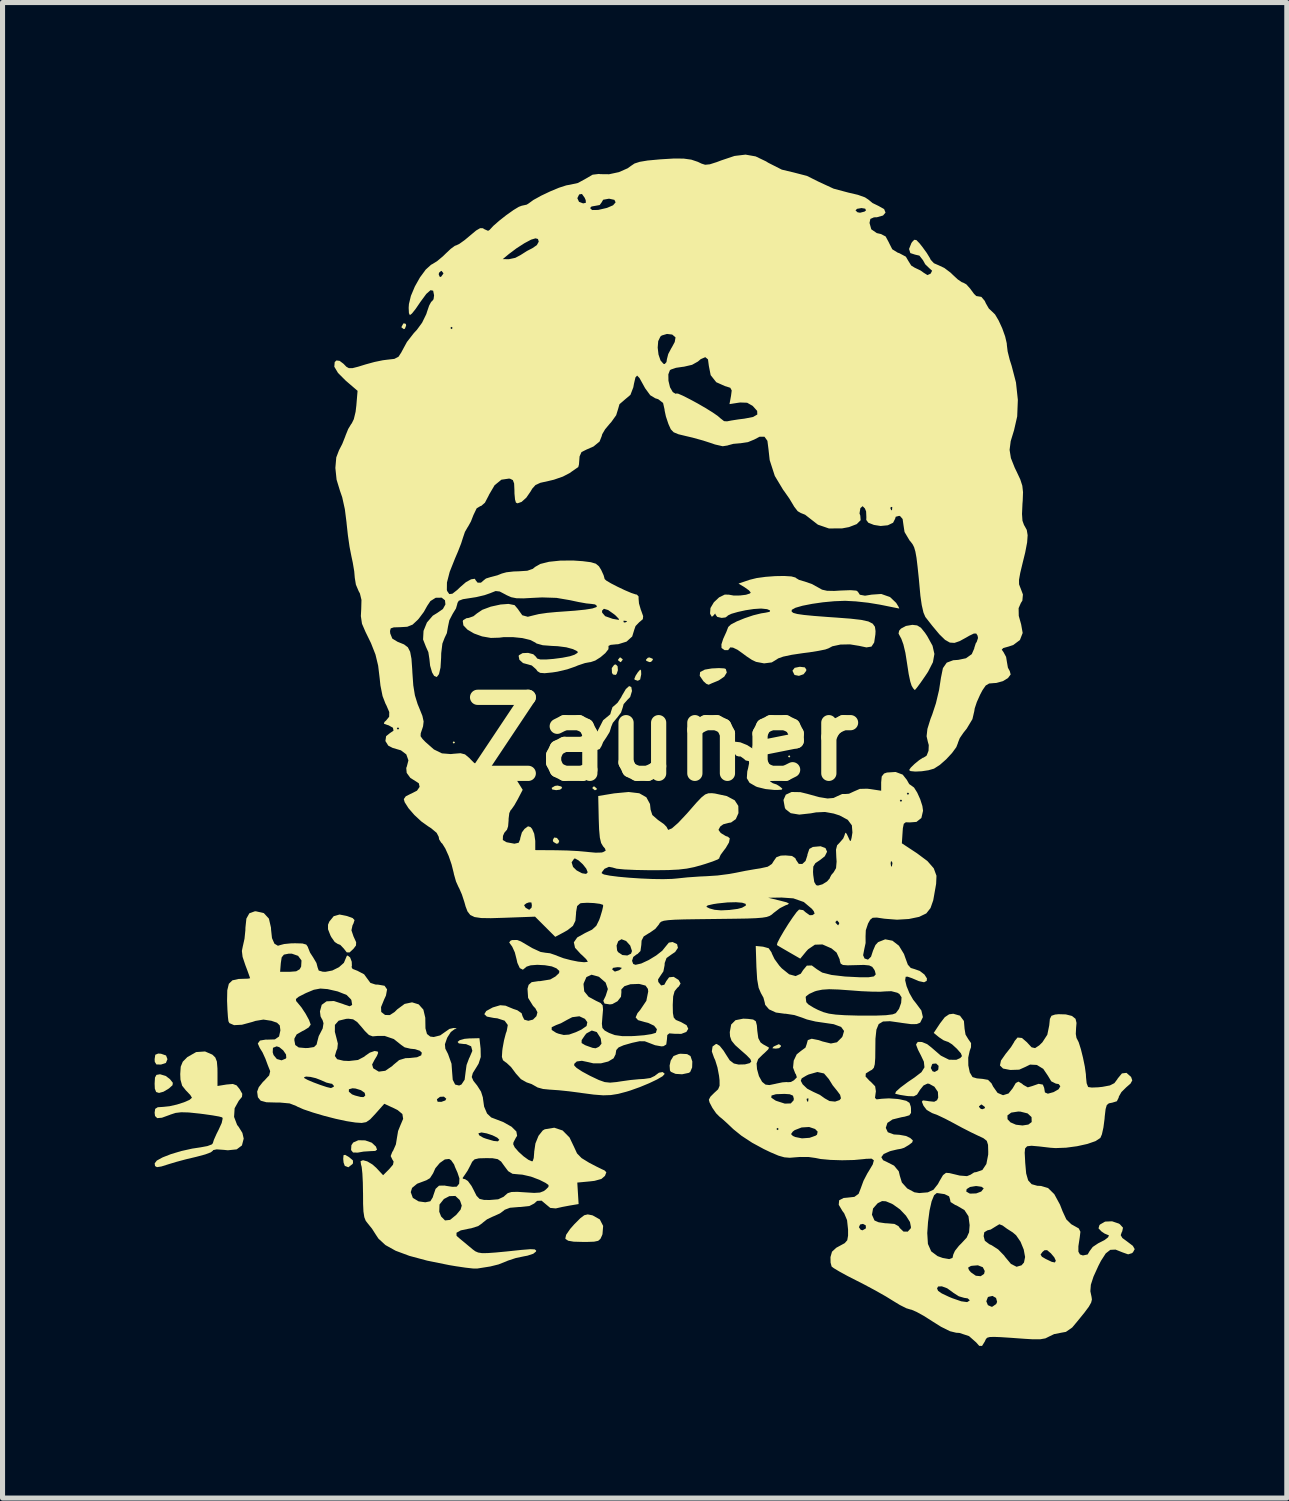
<source format=kicad_pcb>
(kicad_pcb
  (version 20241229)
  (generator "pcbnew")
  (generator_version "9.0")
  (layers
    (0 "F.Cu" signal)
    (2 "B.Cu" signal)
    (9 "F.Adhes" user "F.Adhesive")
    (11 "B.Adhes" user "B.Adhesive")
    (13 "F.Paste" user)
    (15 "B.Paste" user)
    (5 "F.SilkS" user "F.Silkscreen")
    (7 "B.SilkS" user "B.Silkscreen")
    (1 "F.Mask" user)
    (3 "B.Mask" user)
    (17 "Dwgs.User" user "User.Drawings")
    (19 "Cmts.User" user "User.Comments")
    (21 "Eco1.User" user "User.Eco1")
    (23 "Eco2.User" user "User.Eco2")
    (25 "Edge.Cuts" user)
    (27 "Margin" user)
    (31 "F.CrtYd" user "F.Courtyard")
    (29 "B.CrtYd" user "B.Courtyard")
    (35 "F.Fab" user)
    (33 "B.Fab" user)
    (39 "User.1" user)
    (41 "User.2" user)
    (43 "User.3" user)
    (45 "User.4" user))
  (footprint "Zauner"
    (layer "F.Cu")
    (at 10.013 11.526)
    (property "Reference" "Zauner" (at 0 0 0) (layer "F.SilkS") (effects (font (size 1.5 1.5) (thickness 0.3))))
    (attr board_only exclude_from_pos_files exclude_from_bom)
    (fp_poly (pts (xy -4.088 0.069) (xy -4.111 0.092) (xy -4.134 0.069) (xy -4.111 0.046)) (stroke (width 0) (type solid)) (fill yes) (layer "F.SilkS"))
    (fp_poly (pts (xy 2.526 0.344) (xy 2.503 0.367) (xy 2.48 0.344) (xy 2.503 0.322)) (stroke (width 0) (type solid)) (fill yes) (layer "F.SilkS"))
    (fp_poly (pts (xy -2.077 1.952) (xy -2.032 2.012) (xy -2.051 2.059) (xy -2.086 2.067) (xy -2.149 2.03) (xy -2.159 1.994) (xy -2.132 1.944)) (stroke (width 0) (type solid)) (fill yes) (layer "F.SilkS"))
    (fp_poly (pts (xy -5.059 -8.188) (xy -5.052 -8.156) (xy -5.076 -8.093) (xy -5.098 -8.084) (xy -5.143 -8.117) (xy -5.144 -8.127) (xy -5.111 -8.189) (xy -5.098 -8.199)) (stroke (width 0) (type solid)) (fill yes) (layer "F.SilkS"))
    (fp_poly (pts (xy -1.991 0.938) (xy -1.975 0.965) (xy -2.014 0.999) (xy -2.093 1.01) (xy -2.171 0.996) (xy -2.182 0.965) (xy -2.117 0.926) (xy -2.064 0.919)) (stroke (width 0) (type solid)) (fill yes) (layer "F.SilkS"))
    (fp_poly (pts (xy -1.332 0.942) (xy -1.288 0.983) (xy -1.286 0.99) (xy -1.322 1.01) (xy -1.332 1.01) (xy -1.376 0.975) (xy -1.378 0.962) (xy -1.35 0.934)) (stroke (width 0) (type solid)) (fill yes) (layer "F.SilkS"))
    (fp_poly (pts (xy -0.782 -1.573) (xy -0.781 -1.562) (xy -0.816 -1.517) (xy -0.827 -1.516) (xy -0.871 -1.551) (xy -0.873 -1.562) (xy -0.838 -1.606) (xy -0.827 -1.608)) (stroke (width 0) (type solid)) (fill yes) (layer "F.SilkS"))
    (fp_poly (pts (xy -0.191 -1.583) (xy -0.184 -1.562) (xy -0.221 -1.521) (xy -0.253 -1.516) (xy -0.314 -1.541) (xy -0.322 -1.562) (xy -0.284 -1.602) (xy -0.253 -1.608)) (stroke (width 0) (type solid)) (fill yes) (layer "F.SilkS"))
    (fp_poly (pts (xy 1.285 -0.332) (xy 1.286 -0.322) (xy 1.251 -0.277) (xy 1.24 -0.276) (xy 1.196 -0.311) (xy 1.194 -0.322) (xy 1.229 -0.366) (xy 1.24 -0.367)) (stroke (width 0) (type solid)) (fill yes) (layer "F.SilkS"))
    (fp_poly (pts (xy 2.341 6.048) (xy 2.342 6.063) (xy 2.304 6.099) (xy 2.239 6.108) (xy 2.172 6.101) (xy 2.189 6.074) (xy 2.205 6.063) (xy 2.3 6.02)) (stroke (width 0) (type solid)) (fill yes) (layer "F.SilkS"))
    (fp_poly (pts (xy -0.881 -1.434) (xy -0.875 -1.357) (xy -0.899 -1.283) (xy -0.919 -1.263) (xy -0.972 -1.272) (xy -0.992 -1.304) (xy -0.996 -1.398) (xy -0.949 -1.462) (xy -0.916 -1.47)) (stroke (width 0) (type solid)) (fill yes) (layer "F.SilkS"))
    (fp_poly (pts (xy -0.418 -1.35) (xy -0.415 -1.275) (xy -0.436 -1.173) (xy -0.482 -1.148) (xy -0.543 -1.168) (xy -0.551 -1.185) (xy -0.526 -1.247) (xy -0.484 -1.312) (xy -0.435 -1.369)) (stroke (width 0) (type solid)) (fill yes) (layer "F.SilkS"))
    (fp_poly (pts (xy -9.887 6.209) (xy -9.788 6.243) (xy -9.76 6.316) (xy -9.791 6.391) (xy -9.887 6.422) (xy -9.978 6.42) (xy -10.01 6.369) (xy -10.013 6.316) (xy -10 6.229) (xy -9.943 6.205)) (stroke (width 0) (type solid)) (fill yes) (layer "F.SilkS"))
    (fp_poly (pts (xy 2.813 -1.412) (xy 2.842 -1.368) (xy 2.839 -1.343) (xy 2.788 -1.277) (xy 2.696 -1.245) (xy 2.612 -1.262) (xy 2.605 -1.269) (xy 2.568 -1.346) (xy 2.611 -1.403) (xy 2.713 -1.424)) (stroke (width 0) (type solid)) (fill yes) (layer "F.SilkS"))
    (fp_poly (pts (xy -6.177 8.249) (xy -6.101 8.314) (xy -6.1 8.369) (xy -6.114 8.388) (xy -6.192 8.448) (xy -6.262 8.421) (xy -6.262 8.421) (xy -6.286 8.355) (xy -6.293 8.282) (xy -6.287 8.21) (xy -6.255 8.203)) (stroke (width 0) (type solid)) (fill yes) (layer "F.SilkS"))
    (fp_poly (pts (xy -5.86 7.918) (xy -5.731 7.963) (xy -5.648 8.04) (xy -5.626 8.101) (xy -5.661 8.126) (xy -5.751 8.13) (xy -5.892 8.139) (xy -6.005 8.159) (xy -6.099 8.157) (xy -6.138 8.109) (xy -6.132 8.014) (xy -6.096 7.96) (xy -5.995 7.915)) (stroke (width 0) (type solid)) (fill yes) (layer "F.SilkS"))
    (fp_poly (pts (xy -9.794 6.647) (xy -9.711 6.71) (xy -9.654 6.782) (xy -9.66 6.83) (xy -9.731 6.894) (xy -9.838 6.958) (xy -9.926 6.982) (xy -9.983 6.964) (xy -10.009 6.897) (xy -10.013 6.798) (xy -10.006 6.679) (xy -9.977 6.626) (xy -9.909 6.614) (xy -9.905 6.614)) (stroke (width 0) (type solid)) (fill yes) (layer "F.SilkS"))
    (fp_poly (pts (xy -1.331 0.403) (xy -1.315 0.438) (xy -1.286 0.543) (xy -1.304 0.608) (xy -1.379 0.634) (xy -1.523 0.628) (xy -1.722 0.597) (xy -1.818 0.575) (xy -1.83 0.558) (xy -1.755 0.543) (xy -1.599 0.53) (xy -1.507 0.497) (xy -1.433 0.444) (xy -1.365 0.391)) (stroke (width 0) (type solid)) (fill yes) (layer "F.SilkS"))
    (fp_poly (pts (xy 0.49 6.216) (xy 0.557 6.255) (xy 0.593 6.362) (xy 0.589 6.48) (xy 0.551 6.568) (xy 0.524 6.586) (xy 0.391 6.614) (xy 0.262 6.606) (xy 0.171 6.566) (xy 0.152 6.54) (xy 0.145 6.443) (xy 0.166 6.345) (xy 0.223 6.253) (xy 0.328 6.213) (xy 0.363 6.209)) (stroke (width 0) (type solid)) (fill yes) (layer "F.SilkS"))
    (fp_poly (pts (xy 1.222 -1.392) (xy 1.253 -1.381) (xy 1.273 -1.311) (xy 1.223 -1.229) (xy 1.116 -1.156) (xy 1.087 -1.143) (xy 0.981 -1.1) (xy 0.918 -1.071) (xy 0.915 -1.07) (xy 0.869 -1.088) (xy 0.812 -1.139) (xy 0.739 -1.246) (xy 0.747 -1.32) (xy 0.839 -1.368) (xy 0.976 -1.391) (xy 1.119 -1.398)) (stroke (width 0) (type solid)) (fill yes) (layer "F.SilkS"))
    (fp_poly (pts (xy -1.387 9.394) (xy -1.372 9.398) (xy -1.232 9.477) (xy -1.166 9.605) (xy -1.179 9.768) (xy -1.189 9.795) (xy -1.22 9.861) (xy -1.264 9.899) (xy -1.345 9.916) (xy -1.484 9.921) (xy -1.562 9.921) (xy -1.747 9.916) (xy -1.856 9.897) (xy -1.907 9.863) (xy -1.912 9.853) (xy -1.896 9.78) (xy -1.816 9.664) (xy -1.732 9.569) (xy -1.617 9.454) (xy -1.538 9.394) (xy -1.47 9.378)) (stroke (width 0) (type solid)) (fill yes) (layer "F.SilkS"))
    (fp_poly (pts (xy -6.217 3.493) (xy -6.107 3.533) (xy -6.07 3.573) (xy -6.09 3.637) (xy -6.11 3.677) (xy -6.131 3.774) (xy -6.089 3.898) (xy -6.084 3.908) (xy -6.038 4.009) (xy -6.041 4.073) (xy -6.09 4.138) (xy -6.169 4.211) (xy -6.224 4.209) (xy -6.282 4.134) (xy -6.351 4.062) (xy -6.403 4.042) (xy -6.461 4.004) (xy -6.527 3.91) (xy -6.545 3.876) (xy -6.593 3.753) (xy -6.593 3.664) (xy -6.567 3.602) (xy -6.48 3.495) (xy -6.365 3.463)) (stroke (width 0) (type solid)) (fill yes) (layer "F.SilkS"))
    (fp_poly (pts (xy 5.027 -2.24) (xy 5.102 -2.194) (xy 5.183 -2.094) (xy 5.228 -2.026) (xy 5.331 -1.839) (xy 5.368 -1.677) (xy 5.339 -1.514) (xy 5.243 -1.326) (xy 5.186 -1.24) (xy 5.093 -1.106) (xy 5.02 -1.008) (xy 4.983 -0.965) (xy 4.981 -0.965) (xy 4.949 -0.999) (xy 4.919 -1.049) (xy 4.892 -1.133) (xy 4.861 -1.28) (xy 4.833 -1.462) (xy 4.826 -1.508) (xy 4.796 -1.699) (xy 4.756 -1.866) (xy 4.715 -1.978) (xy 4.707 -1.992) (xy 4.661 -2.078) (xy 4.672 -2.135) (xy 4.709 -2.177) (xy 4.806 -2.229) (xy 4.933 -2.251)) (stroke (width 0) (type solid)) (fill yes) (layer "F.SilkS"))
    (fp_poly (pts (xy 1.539 0.066) (xy 1.67 0.119) (xy 1.795 0.197) (xy 1.889 0.29) (xy 1.929 0.384) (xy 1.929 0.389) (xy 1.949 0.493) (xy 2 0.622) (xy 2.067 0.748) (xy 2.133 0.841) (xy 2.181 0.873) (xy 2.256 0.898) (xy 2.322 0.94) (xy 2.369 0.981) (xy 2.356 1) (xy 2.271 1.006) (xy 2.205 1.005) (xy 2.037 0.988) (xy 1.878 0.949) (xy 1.847 0.937) (xy 1.721 0.864) (xy 1.668 0.774) (xy 1.677 0.639) (xy 1.693 0.578) (xy 1.713 0.478) (xy 1.708 0.434) (xy 1.701 0.435) (xy 1.646 0.424) (xy 1.608 0.39) (xy 1.544 0.345) (xy 1.513 0.346) (xy 1.463 0.332) (xy 1.406 0.265) (xy 1.361 0.177) (xy 1.351 0.103) (xy 1.355 0.091) (xy 1.426 0.053)) (stroke (width 0) (type solid)) (fill yes) (layer "F.SilkS"))
    (fp_poly (pts (xy -0.611 -1.025) (xy -0.597 -0.946) (xy -0.633 -0.827) (xy -0.689 -0.77) (xy -0.762 -0.687) (xy -0.781 -0.617) (xy -0.813 -0.521) (xy -0.891 -0.418) (xy -0.896 -0.413) (xy -0.975 -0.318) (xy -1.01 -0.233) (xy -1.01 -0.228) (xy -1.038 -0.138) (xy -1.102 -0.033) (xy -1.166 0.062) (xy -1.194 0.131) (xy -1.194 0.132) (xy -1.234 0.199) (xy -1.335 0.234) (xy -1.47 0.23) (xy -1.504 0.222) (xy -1.617 0.166) (xy -1.649 0.093) (xy -1.603 0.014) (xy -1.484 -0.056) (xy -1.392 -0.086) (xy -1.278 -0.152) (xy -1.22 -0.264) (xy -1.166 -0.37) (xy -1.096 -0.428) (xy -1.094 -0.429) (xy -1.025 -0.487) (xy -1.01 -0.542) (xy -0.981 -0.629) (xy -0.943 -0.659) (xy -0.881 -0.715) (xy -0.811 -0.821) (xy -0.794 -0.856) (xy -0.718 -0.985) (xy -0.654 -1.043)) (stroke (width 0) (type solid)) (fill yes) (layer "F.SilkS"))
    (fp_poly (pts (xy -8.875 6.226) (xy -8.816 6.283) (xy -8.785 6.363) (xy -8.774 6.497) (xy -8.773 6.571) (xy -8.773 6.845) (xy -8.594 6.816) (xy -8.47 6.805) (xy -8.396 6.833) (xy -8.335 6.909) (xy -8.284 6.999) (xy -8.29 7.06) (xy -8.353 7.136) (xy -8.435 7.284) (xy -8.446 7.455) (xy -8.386 7.613) (xy -8.354 7.654) (xy -8.282 7.77) (xy -8.256 7.883) (xy -8.291 8.018) (xy -8.394 8.095) (xy -8.569 8.113) (xy -8.647 8.105) (xy -8.789 8.095) (xy -8.859 8.11) (xy -8.865 8.122) (xy -8.906 8.154) (xy -9.015 8.195) (xy -9.171 8.237) (xy -9.198 8.244) (xy -9.396 8.291) (xy -9.589 8.343) (xy -9.728 8.385) (xy -9.881 8.433) (xy -9.967 8.446) (xy -10.005 8.424) (xy -10.012 8.371) (xy -9.97 8.316) (xy -9.855 8.253) (xy -9.688 8.188) (xy -9.487 8.128) (xy -9.271 8.08) (xy -9.106 8.055) (xy -8.971 8.03) (xy -8.884 7.997) (xy -8.865 7.974) (xy -8.844 7.907) (xy -8.792 7.79) (xy -8.75 7.707) (xy -8.69 7.575) (xy -8.671 7.487) (xy -8.68 7.464) (xy -8.743 7.447) (xy -8.874 7.424) (xy -9.05 7.399) (xy -9.131 7.389) (xy -9.341 7.367) (xy -9.488 7.363) (xy -9.599 7.376) (xy -9.701 7.409) (xy -9.712 7.414) (xy -9.869 7.471) (xy -9.962 7.479) (xy -10.005 7.437) (xy -10.013 7.372) (xy -10.002 7.296) (xy -9.951 7.264) (xy -9.842 7.257) (xy -9.718 7.244) (xy -9.573 7.211) (xy -9.432 7.166) (xy -9.325 7.119) (xy -9.278 7.078) (xy -9.278 7.075) (xy -9.308 7.025) (xy -9.382 6.946) (xy -9.393 6.936) (xy -9.47 6.84) (xy -9.503 6.721) (xy -9.508 6.61) (xy -9.498 6.464) (xy -9.458 6.366) (xy -9.369 6.276) (xy -9.366 6.274) (xy -9.194 6.176) (xy -9.019 6.164)) (stroke (width 0) (type solid)) (fill yes) (layer "F.SilkS"))
    (fp_poly (pts (xy 2.547 -3.206) (xy 2.629 -3.184) (xy 2.637 -3.175) (xy 2.696 -3.139) (xy 2.803 -3.107) (xy 2.805 -3.107) (xy 2.95 -3.057) (xy 3.07 -2.991) (xy 3.152 -2.945) (xy 3.25 -2.923) (xy 3.392 -2.92) (xy 3.525 -2.928) (xy 3.715 -2.935) (xy 3.828 -2.926) (xy 3.858 -2.905) (xy 3.897 -2.845) (xy 3.999 -2.826) (xy 4.132 -2.847) (xy 4.32 -2.86) (xy 4.493 -2.799) (xy 4.614 -2.684) (xy 4.662 -2.605) (xy 4.675 -2.573) (xy 4.627 -2.582) (xy 4.512 -2.605) (xy 4.35 -2.638) (xy 4.295 -2.649) (xy 4.065 -2.687) (xy 3.817 -2.714) (xy 3.606 -2.725) (xy 3.394 -2.717) (xy 3.17 -2.696) (xy 2.955 -2.665) (xy 2.767 -2.628) (xy 2.628 -2.588) (xy 2.557 -2.549) (xy 2.553 -2.542) (xy 2.553 -2.511) (xy 2.586 -2.486) (xy 2.664 -2.465) (xy 2.796 -2.446) (xy 2.993 -2.427) (xy 3.266 -2.406) (xy 3.425 -2.395) (xy 3.714 -2.373) (xy 3.923 -2.349) (xy 4.065 -2.318) (xy 4.151 -2.274) (xy 4.195 -2.213) (xy 4.207 -2.128) (xy 4.204 -2.063) (xy 4.18 -1.903) (xy 4.127 -1.822) (xy 4.027 -1.806) (xy 3.886 -1.836) (xy 3.703 -1.866) (xy 3.514 -1.862) (xy 3.355 -1.828) (xy 3.28 -1.788) (xy 3.216 -1.765) (xy 3.082 -1.738) (xy 2.902 -1.709) (xy 2.775 -1.693) (xy 2.554 -1.66) (xy 2.385 -1.624) (xy 2.284 -1.588) (xy 2.267 -1.575) (xy 2.16 -1.51) (xy 2.009 -1.491) (xy 1.85 -1.521) (xy 1.768 -1.56) (xy 1.661 -1.631) (xy 1.586 -1.687) (xy 1.582 -1.69) (xy 1.485 -1.759) (xy 1.395 -1.802) (xy 1.339 -1.806) (xy 1.332 -1.793) (xy 1.299 -1.752) (xy 1.23 -1.752) (xy 1.17 -1.794) (xy 1.169 -1.795) (xy 1.167 -1.866) (xy 1.202 -1.975) (xy 1.209 -1.99) (xy 1.264 -2.111) (xy 1.3 -2.204) (xy 1.302 -2.209) (xy 1.354 -2.258) (xy 1.47 -2.319) (xy 1.625 -2.382) (xy 1.794 -2.439) (xy 1.952 -2.478) (xy 2.032 -2.49) (xy 2.119 -2.508) (xy 2.127 -2.535) (xy 2.069 -2.56) (xy 1.956 -2.572) (xy 1.939 -2.572) (xy 1.803 -2.563) (xy 1.644 -2.539) (xy 1.489 -2.505) (xy 1.364 -2.469) (xy 1.293 -2.435) (xy 1.286 -2.424) (xy 1.247 -2.397) (xy 1.171 -2.388) (xy 1.085 -2.408) (xy 1.056 -2.446) (xy 1.043 -2.475) (xy 1.015 -2.44) (xy 0.979 -2.409) (xy 0.948 -2.461) (xy 0.943 -2.477) (xy 0.951 -2.583) (xy 1.018 -2.696) (xy 1.121 -2.793) (xy 1.233 -2.848) (xy 1.314 -2.846) (xy 1.409 -2.829) (xy 1.532 -2.83) (xy 1.65 -2.844) (xy 1.73 -2.87) (xy 1.745 -2.889) (xy 1.71 -2.931) (xy 1.626 -2.991) (xy 1.625 -2.992) (xy 1.504 -3.065) (xy 1.725 -3.14) (xy 1.863 -3.174) (xy 2.039 -3.198) (xy 2.227 -3.212) (xy 2.405 -3.215)) (stroke (width 0) (type solid)) (fill yes) (layer "F.SilkS"))
    (fp_poly (pts (xy -7.859 3.435) (xy -7.759 3.544) (xy -7.718 3.721) (xy -7.716 3.763) (xy -7.698 3.928) (xy -7.65 4.038) (xy -7.581 4.079) (xy -7.531 4.064) (xy -7.458 4.045) (xy -7.328 4.032) (xy -7.242 4.03) (xy -7.098 4.034) (xy -7.022 4.056) (xy -6.99 4.103) (xy -6.987 4.115) (xy -6.947 4.215) (xy -6.884 4.312) (xy -6.821 4.419) (xy -6.798 4.507) (xy -6.776 4.568) (xy -6.696 4.591) (xy -6.643 4.593) (xy -6.508 4.567) (xy -6.377 4.502) (xy -6.28 4.416) (xy -6.247 4.337) (xy -6.222 4.278) (xy -6.204 4.272) (xy -6.157 4.31) (xy -6.125 4.394) (xy -6.122 4.478) (xy -6.129 4.497) (xy -6.109 4.535) (xy -6.025 4.568) (xy -6.018 4.57) (xy -5.881 4.642) (xy -5.822 4.723) (xy -5.757 4.811) (xy -5.657 4.844) (xy -5.604 4.846) (xy -5.478 4.868) (xy -5.428 4.939) (xy -5.45 5.061) (xy -5.486 5.139) (xy -5.547 5.289) (xy -5.543 5.385) (xy -5.473 5.44) (xy -5.459 5.445) (xy -5.373 5.446) (xy -5.279 5.385) (xy -5.227 5.333) (xy -5.082 5.226) (xy -4.935 5.195) (xy -4.805 5.235) (xy -4.712 5.339) (xy -4.674 5.5) (xy -4.674 5.524) (xy -4.671 5.708) (xy -4.641 5.819) (xy -4.577 5.87) (xy -4.508 5.879) (xy -4.38 5.847) (xy -4.295 5.787) (xy -4.197 5.719) (xy -4.115 5.701) (xy -4.054 5.708) (xy -4.082 5.722) (xy -4.1 5.727) (xy -4.171 5.781) (xy -4.238 5.886) (xy -4.247 5.906) (xy -4.287 6.022) (xy -4.279 6.109) (xy -4.226 6.213) (xy -4.157 6.406) (xy -4.146 6.557) (xy -4.133 6.722) (xy -4.085 6.817) (xy -4.007 6.836) (xy -3.96 6.815) (xy -3.898 6.721) (xy -3.881 6.584) (xy -3.86 6.431) (xy -3.809 6.295) (xy -3.801 6.282) (xy -3.746 6.152) (xy -3.77 6.062) (xy -3.87 6.019) (xy -3.913 6.017) (xy -4.013 6.005) (xy -4.037 5.976) (xy -3.996 5.942) (xy -3.901 5.915) (xy -3.81 5.907) (xy -3.606 5.902) (xy -3.583 6.109) (xy -3.58 6.273) (xy -3.623 6.405) (xy -3.663 6.471) (xy -3.737 6.59) (xy -3.758 6.668) (xy -3.725 6.744) (xy -3.652 6.835) (xy -3.575 6.956) (xy -3.538 7.073) (xy -3.537 7.089) (xy -3.514 7.252) (xy -3.456 7.388) (xy -3.375 7.465) (xy -3.365 7.469) (xy -3.137 7.556) (xy -2.972 7.649) (xy -2.878 7.742) (xy -2.863 7.828) (xy -2.889 7.868) (xy -2.935 7.957) (xy -2.94 7.994) (xy -2.909 8.058) (xy -2.833 8.144) (xy -2.735 8.233) (xy -2.639 8.302) (xy -2.57 8.331) (xy -2.555 8.327) (xy -2.535 8.265) (xy -2.526 8.154) (xy -2.526 8.143) (xy -2.502 7.979) (xy -2.441 7.828) (xy -2.357 7.722) (xy -2.317 7.699) (xy -2.13 7.668) (xy -1.965 7.723) (xy -1.829 7.861) (xy -1.736 8.056) (xy -1.681 8.175) (xy -1.592 8.267) (xy -1.442 8.359) (xy -1.438 8.361) (xy -1.298 8.434) (xy -1.186 8.489) (xy -1.139 8.51) (xy -1.103 8.547) (xy -1.13 8.618) (xy -1.201 8.679) (xy -1.336 8.716) (xy -1.429 8.727) (xy -1.676 8.75) (xy -1.663 8.962) (xy -1.65 9.174) (xy -1.824 9.203) (xy -1.968 9.23) (xy -2.088 9.257) (xy -2.098 9.26) (xy -2.209 9.25) (xy -2.28 9.191) (xy -2.38 9.107) (xy -2.468 9.111) (xy -2.526 9.163) (xy -2.622 9.213) (xy -2.8 9.232) (xy -2.825 9.232) (xy -3.004 9.247) (xy -3.111 9.288) (xy -3.121 9.299) (xy -3.201 9.358) (xy -3.322 9.413) (xy -3.334 9.417) (xy -3.456 9.475) (xy -3.544 9.544) (xy -3.548 9.55) (xy -3.632 9.609) (xy -3.769 9.652) (xy -3.806 9.658) (xy -3.974 9.693) (xy -4.059 9.74) (xy -4.058 9.798) (xy -4.034 9.822) (xy -3.964 9.881) (xy -3.855 9.971) (xy -3.8 10.017) (xy -3.739 10.068) (xy -3.687 10.106) (xy -3.631 10.13) (xy -3.556 10.142) (xy -3.446 10.141) (xy -3.29 10.13) (xy -3.07 10.109) (xy -2.775 10.078) (xy -2.762 10.077) (xy -2.601 10.064) (xy -2.515 10.068) (xy -2.487 10.091) (xy -2.49 10.11) (xy -2.544 10.154) (xy -2.659 10.192) (xy -2.724 10.204) (xy -2.89 10.239) (xy -3.045 10.29) (xy -3.081 10.306) (xy -3.231 10.365) (xy -3.392 10.405) (xy -3.392 10.405) (xy -3.531 10.427) (xy -3.644 10.445) (xy -3.652 10.446) (xy -3.734 10.445) (xy -3.883 10.428) (xy -4.073 10.4) (xy -4.203 10.378) (xy -4.637 10.29) (xy -4.987 10.196) (xy -5.259 10.095) (xy -5.46 9.983) (xy -5.598 9.856) (xy -5.655 9.77) (xy -5.725 9.66) (xy -5.805 9.561) (xy -5.849 9.504) (xy -5.877 9.433) (xy -5.893 9.328) (xy -5.894 9.325) (xy -4.399 9.325) (xy -4.362 9.419) (xy -4.285 9.497) (xy -4.185 9.486) (xy -4.063 9.386) (xy -3.978 9.284) (xy -3.955 9.205) (xy -3.985 9.116) (xy -3.998 9.091) (xy -4.081 9.014) (xy -4.2 9.018) (xy -4.307 9.074) (xy -4.394 9.183) (xy -4.399 9.325) (xy -5.894 9.325) (xy -5.901 9.171) (xy -5.902 8.964) (xy -5.903 8.939) (xy -4.961 8.939) (xy -4.92 9.052) (xy -4.806 9.121) (xy -4.674 9.139) (xy -4.575 9.119) (xy -4.526 9.04) (xy -4.519 9.014) (xy -4.471 8.874) (xy -4.403 8.811) (xy -4.294 8.809) (xy -4.259 8.816) (xy -4.139 8.834) (xy -4.055 8.831) (xy -4.053 8.83) (xy -4.006 8.772) (xy -4.001 8.666) (xy -4.003 8.662) (xy -3.94 8.662) (xy -3.918 8.68) (xy -3.893 8.681) (xy -3.834 8.719) (xy -3.762 8.817) (xy -3.725 8.888) (xy -3.663 9.011) (xy -3.604 9.072) (xy -3.517 9.092) (xy -3.406 9.094) (xy -3.236 9.08) (xy -3.129 9.03) (xy -3.103 9.006) (xy -3.048 8.959) (xy -2.974 8.936) (xy -2.857 8.933) (xy -2.705 8.943) (xy -2.527 8.954) (xy -2.413 8.947) (xy -2.337 8.918) (xy -2.295 8.886) (xy -2.245 8.836) (xy -2.243 8.799) (xy -2.301 8.757) (xy -2.422 8.696) (xy -2.589 8.633) (xy -2.759 8.594) (xy -2.825 8.589) (xy -2.954 8.577) (xy -3.039 8.525) (xy -3.112 8.428) (xy -3.179 8.335) (xy -3.246 8.288) (xy -3.347 8.27) (xy -3.469 8.268) (xy -3.617 8.272) (xy -3.702 8.292) (xy -3.75 8.34) (xy -3.776 8.394) (xy -3.84 8.516) (xy -3.897 8.601) (xy -3.94 8.662) (xy -4.003 8.662) (xy -4.039 8.554) (xy -4.089 8.441) (xy -4.106 8.393) (xy -4.165 8.309) (xy -4.204 8.284) (xy -4.289 8.294) (xy -4.389 8.364) (xy -4.476 8.468) (xy -4.52 8.567) (xy -4.582 8.663) (xy -4.651 8.704) (xy -4.835 8.773) (xy -4.935 8.855) (xy -4.961 8.939) (xy -5.903 8.939) (xy -5.906 8.754) (xy -5.915 8.572) (xy -5.929 8.442) (xy -5.942 8.394) (xy -5.951 8.328) (xy -5.903 8.309) (xy -5.819 8.332) (xy -5.718 8.392) (xy -5.642 8.459) (xy -5.506 8.605) (xy -5.386 8.485) (xy -5.311 8.397) (xy -5.299 8.336) (xy -5.324 8.295) (xy -5.357 8.227) (xy -5.326 8.147) (xy -5.309 8.122) (xy -5.254 7.997) (xy -5.235 7.878) (xy -5.218 7.778) (xy -3.626 7.778) (xy -3.612 7.817) (xy -3.533 7.864) (xy -3.479 7.884) (xy -3.326 7.929) (xy -3.243 7.937) (xy -3.215 7.909) (xy -3.215 7.905) (xy -3.254 7.865) (xy -3.348 7.818) (xy -3.463 7.78) (xy -3.563 7.762) (xy -3.567 7.762) (xy -3.626 7.778) (xy -5.218 7.778) (xy -5.211 7.734) (xy -5.167 7.625) (xy -5.111 7.493) (xy -5.126 7.398) (xy -5.22 7.32) (xy -5.292 7.284) (xy -5.483 7.196) (xy -5.657 7.392) (xy -5.761 7.503) (xy -5.84 7.558) (xy -5.928 7.574) (xy -6.05 7.566) (xy -6.224 7.539) (xy -6.439 7.493) (xy -6.669 7.434) (xy -6.889 7.369) (xy -7.075 7.306) (xy -7.201 7.251) (xy -7.217 7.241) (xy -7.35 7.189) (xy -7.547 7.171) (xy -7.622 7.171) (xy -7.808 7.166) (xy -7.921 7.135) (xy -7.94 7.112) (xy -4.445 7.112) (xy -4.431 7.156) (xy -4.357 7.158) (xy -4.279 7.13) (xy -4.26 7.096) (xy -4.307 7.055) (xy -4.384 7.059) (xy -4.441 7.103) (xy -4.445 7.112) (xy -7.94 7.112) (xy -7.976 7.067) (xy -7.991 6.957) (xy -6.182 6.957) (xy -6.12 7.01) (xy -6.06 7.033) (xy -5.947 7.062) (xy -5.892 7.064) (xy -5.863 7.038) (xy -5.858 7.03) (xy -5.87 6.979) (xy -5.943 6.928) (xy -6.05 6.895) (xy -6.11 6.89) (xy -6.181 6.91) (xy -6.182 6.957) (xy -7.991 6.957) (xy -7.991 6.957) (xy -7.959 6.869) (xy -7.878 6.766) (xy -7.849 6.739) (xy -7.788 6.672) (xy -7.066 6.672) (xy -7.058 6.691) (xy -6.996 6.725) (xy -6.88 6.774) (xy -6.743 6.825) (xy -6.616 6.867) (xy -6.534 6.886) (xy -6.534 6.886) (xy -6.481 6.861) (xy -6.476 6.844) (xy -6.513 6.802) (xy -6.54 6.798) (xy -6.624 6.778) (xy -6.735 6.729) (xy -6.833 6.691) (xy -6.939 6.666) (xy -7.025 6.659) (xy -7.066 6.672) (xy -7.788 6.672) (xy -7.754 6.637) (xy -7.734 6.555) (xy -7.741 6.534) (xy -7.781 6.434) (xy -7.827 6.309) (xy -7.883 6.186) (xy -7.886 6.18) (xy -7.684 6.18) (xy -7.667 6.235) (xy -7.602 6.313) (xy -7.509 6.339) (xy -7.428 6.306) (xy -7.416 6.29) (xy -7.419 6.253) (xy -6.458 6.253) (xy -6.413 6.317) (xy -6.288 6.347) (xy -6.179 6.352) (xy -6.002 6.332) (xy -5.878 6.267) (xy -5.863 6.253) (xy -5.768 6.187) (xy -5.675 6.155) (xy -5.614 6.165) (xy -5.604 6.191) (xy -5.628 6.251) (xy -5.676 6.33) (xy -5.723 6.421) (xy -5.703 6.49) (xy -5.694 6.501) (xy -5.591 6.562) (xy -5.463 6.545) (xy -5.326 6.451) (xy -5.305 6.43) (xy -5.19 6.334) (xy -5.064 6.296) (xy -4.978 6.293) (xy -4.837 6.278) (xy -4.755 6.241) (xy -4.742 6.189) (xy -4.782 6.15) (xy -4.876 6.119) (xy -4.966 6.11) (xy -5.081 6.083) (xy -5.147 6.037) (xy -5.295 5.919) (xy -5.477 5.857) (xy -5.618 5.858) (xy -5.712 5.866) (xy -5.786 5.839) (xy -5.867 5.759) (xy -5.919 5.696) (xy -6.018 5.583) (xy -6.098 5.53) (xy -6.191 5.518) (xy -6.235 5.521) (xy -6.383 5.557) (xy -6.457 5.64) (xy -6.458 5.777) (xy -6.434 5.869) (xy -6.399 6.008) (xy -6.409 6.107) (xy -6.429 6.153) (xy -6.458 6.253) (xy -7.419 6.253) (xy -7.421 6.224) (xy -7.477 6.142) (xy -7.554 6.079) (xy -7.606 6.063) (xy -7.679 6.092) (xy -7.684 6.18) (xy -7.886 6.18) (xy -7.94 6.093) (xy -7.978 6.007) (xy -7.935 5.949) (xy -7.894 5.942) (xy -7.257 5.942) (xy -7.239 6.037) (xy -7.171 6.085) (xy -7.038 6.097) (xy -6.982 6.095) (xy -6.869 6.077) (xy -6.818 6.027) (xy -6.805 5.971) (xy -6.776 5.861) (xy -6.746 5.804) (xy -6.698 5.71) (xy -6.682 5.607) (xy -6.703 5.537) (xy -6.709 5.533) (xy -6.74 5.472) (xy -6.752 5.373) (xy -6.717 5.244) (xy -6.622 5.175) (xy -6.477 5.169) (xy -6.293 5.229) (xy -6.281 5.235) (xy -6.167 5.273) (xy -6.117 5.246) (xy -6.131 5.155) (xy -6.139 5.138) (xy -6.225 5.05) (xy -6.399 4.981) (xy -6.41 4.978) (xy -6.602 4.934) (xy -6.744 4.923) (xy -6.873 4.947) (xy -7.024 5.01) (xy -7.047 5.021) (xy -7.172 5.085) (xy -7.226 5.129) (xy -7.222 5.169) (xy -7.197 5.198) (xy -7.117 5.295) (xy -7.034 5.421) (xy -6.967 5.544) (xy -6.936 5.631) (xy -6.936 5.637) (xy -6.974 5.69) (xy -7.069 5.749) (xy -7.096 5.761) (xy -7.211 5.827) (xy -7.255 5.907) (xy -7.257 5.942) (xy -7.894 5.942) (xy -7.821 5.93) (xy -7.792 5.931) (xy -7.641 5.926) (xy -7.559 5.869) (xy -7.533 5.752) (xy -7.533 5.74) (xy -7.545 5.65) (xy -7.599 5.597) (xy -7.71 5.559) (xy -7.867 5.535) (xy -8.023 5.561) (xy -8.084 5.581) (xy -8.291 5.637) (xy -8.446 5.645) (xy -8.538 5.605) (xy -8.557 5.569) (xy -8.567 5.485) (xy -8.577 5.339) (xy -8.584 5.164) (xy -8.584 5.158) (xy -8.58 4.957) (xy -8.549 4.829) (xy -8.479 4.761) (xy -8.357 4.734) (xy -8.271 4.731) (xy -8.173 4.728) (xy -8.13 4.72) (xy -8.13 4.719) (xy -8.145 4.674) (xy -8.174 4.593) (xy -7.538 4.593) (xy -7.35 4.593) (xy -7.221 4.583) (xy -7.152 4.543) (xy -7.123 4.49) (xy -7.116 4.369) (xy -7.183 4.278) (xy -7.306 4.235) (xy -7.37 4.235) (xy -7.463 4.254) (xy -7.507 4.308) (xy -7.524 4.421) (xy -7.538 4.593) (xy -8.174 4.593) (xy -8.183 4.568) (xy -8.224 4.46) (xy -8.278 4.298) (xy -8.292 4.181) (xy -8.271 4.077) (xy -8.27 4.075) (xy -8.24 3.94) (xy -8.223 3.773) (xy -8.222 3.723) (xy -8.203 3.543) (xy -8.144 3.438) (xy -8.038 3.4) (xy -8.016 3.399)) (stroke (width 0) (type solid)) (fill yes) (layer "F.SilkS"))
    (fp_poly (pts (xy 1.842 -11.491) (xy 2.047 -11.393) (xy 2.09 -11.366) (xy 2.358 -11.23) (xy 2.585 -11.176) (xy 2.855 -11.106) (xy 3.077 -10.995) (xy 3.379 -10.855) (xy 3.671 -10.777) (xy 3.859 -10.733) (xy 3.999 -10.683) (xy 4.067 -10.638) (xy 4.148 -10.571) (xy 4.265 -10.514) (xy 4.265 -10.514) (xy 4.376 -10.452) (xy 4.404 -10.383) (xy 4.355 -10.325) (xy 4.235 -10.291) (xy 4.176 -10.289) (xy 4.105 -10.258) (xy 4.088 -10.179) (xy 4.123 -10.053) (xy 4.232 -9.978) (xy 4.312 -9.96) (xy 4.406 -9.912) (xy 4.471 -9.791) (xy 4.473 -9.785) (xy 4.537 -9.659) (xy 4.645 -9.592) (xy 4.674 -9.583) (xy 4.805 -9.513) (xy 4.851 -9.434) (xy 4.911 -9.338) (xy 4.977 -9.297) (xy 5.094 -9.241) (xy 5.157 -9.196) (xy 5.231 -9.15) (xy 5.291 -9.177) (xy 5.295 -9.181) (xy 5.323 -9.236) (xy 5.269 -9.284) (xy 5.268 -9.285) (xy 5.187 -9.363) (xy 5.143 -9.443) (xy 5.072 -9.534) (xy 4.985 -9.554) (xy 4.893 -9.584) (xy 4.868 -9.665) (xy 4.914 -9.781) (xy 4.929 -9.803) (xy 4.97 -9.846) (xy 5.012 -9.841) (xy 5.075 -9.776) (xy 5.129 -9.708) (xy 5.217 -9.587) (xy 5.28 -9.484) (xy 5.295 -9.452) (xy 5.358 -9.384) (xy 5.452 -9.343) (xy 5.563 -9.291) (xy 5.688 -9.197) (xy 5.728 -9.158) (xy 5.828 -9.065) (xy 5.91 -9.009) (xy 5.934 -9.002) (xy 5.998 -8.967) (xy 6.075 -8.881) (xy 6.084 -8.868) (xy 6.15 -8.779) (xy 6.195 -8.736) (xy 6.199 -8.736) (xy 6.294 -8.72) (xy 6.361 -8.641) (xy 6.383 -8.592) (xy 6.442 -8.49) (xy 6.503 -8.433) (xy 6.564 -8.374) (xy 6.635 -8.254) (xy 6.706 -8.1) (xy 6.763 -7.941) (xy 6.795 -7.805) (xy 6.798 -7.764) (xy 6.813 -7.642) (xy 6.854 -7.478) (xy 6.892 -7.359) (xy 6.977 -7.032) (xy 7.014 -6.689) (xy 7.001 -6.362) (xy 6.939 -6.09) (xy 6.873 -5.874) (xy 6.851 -5.702) (xy 6.877 -5.54) (xy 6.952 -5.351) (xy 6.988 -5.277) (xy 7.062 -5.119) (xy 7.102 -4.995) (xy 7.116 -4.869) (xy 7.11 -4.701) (xy 7.105 -4.641) (xy 7.096 -4.438) (xy 7.105 -4.305) (xy 7.136 -4.219) (xy 7.145 -4.205) (xy 7.19 -4.123) (xy 7.207 -4.019) (xy 7.197 -3.877) (xy 7.159 -3.678) (xy 7.11 -3.479) (xy 7.061 -3.275) (xy 7.037 -3.14) (xy 7.038 -3.051) (xy 7.061 -2.989) (xy 7.063 -2.986) (xy 7.114 -2.85) (xy 7.103 -2.728) (xy 7.074 -2.683) (xy 7.029 -2.58) (xy 7.032 -2.428) (xy 7.079 -2.26) (xy 7.109 -2.091) (xy 7.055 -1.952) (xy 6.923 -1.853) (xy 6.832 -1.823) (xy 6.726 -1.793) (xy 6.696 -1.762) (xy 6.729 -1.716) (xy 6.73 -1.715) (xy 6.782 -1.619) (xy 6.798 -1.522) (xy 6.818 -1.406) (xy 6.855 -1.338) (xy 6.872 -1.272) (xy 6.819 -1.201) (xy 6.718 -1.14) (xy 6.59 -1.105) (xy 6.541 -1.102) (xy 6.447 -1.094) (xy 6.38 -1.054) (xy 6.317 -0.963) (xy 6.27 -0.874) (xy 6.205 -0.729) (xy 6.163 -0.603) (xy 6.155 -0.55) (xy 6.118 -0.391) (xy 6.005 -0.203) (xy 5.941 -0.123) (xy 5.869 -0.018) (xy 5.834 0.07) (xy 5.833 0.078) (xy 5.8 0.162) (xy 5.715 0.278) (xy 5.6 0.402) (xy 5.476 0.511) (xy 5.366 0.582) (xy 5.359 0.586) (xy 5.251 0.617) (xy 5.119 0.637) (xy 4.991 0.643) (xy 4.898 0.634) (xy 4.869 0.614) (xy 4.901 0.566) (xy 4.977 0.492) (xy 5.066 0.419) (xy 5.138 0.372) (xy 5.154 0.368) (xy 5.215 0.328) (xy 5.252 0.233) (xy 5.257 0.12) (xy 5.239 0.057) (xy 5.214 -0.053) (xy 5.23 -0.198) (xy 5.291 -0.395) (xy 5.325 -0.482) (xy 5.398 -0.704) (xy 5.46 -0.965) (xy 5.498 -1.212) (xy 5.499 -1.216) (xy 5.536 -1.397) (xy 5.611 -1.505) (xy 5.739 -1.553) (xy 5.838 -1.56) (xy 5.991 -1.592) (xy 6.105 -1.673) (xy 6.154 -1.785) (xy 6.155 -1.797) (xy 6.185 -1.89) (xy 6.202 -1.912) (xy 6.228 -1.991) (xy 6.22 -2.037) (xy 6.194 -2.079) (xy 6.147 -2.08) (xy 6.058 -2.037) (xy 5.992 -1.999) (xy 5.866 -1.93) (xy 5.764 -1.895) (xy 5.673 -1.901) (xy 5.579 -1.954) (xy 5.468 -2.062) (xy 5.326 -2.232) (xy 5.189 -2.407) (xy 5.152 -2.494) (xy 5.118 -2.642) (xy 5.092 -2.822) (xy 5.09 -2.843) (xy 5.061 -3.16) (xy 5.036 -3.398) (xy 5.015 -3.573) (xy 4.993 -3.695) (xy 4.968 -3.781) (xy 4.937 -3.842) (xy 4.899 -3.892) (xy 4.879 -3.914) (xy 4.779 -4.082) (xy 4.759 -4.212) (xy 4.741 -4.339) (xy 4.692 -4.395) (xy 4.674 -4.401) (xy 4.605 -4.383) (xy 4.593 -4.343) (xy 4.553 -4.265) (xy 4.449 -4.215) (xy 4.307 -4.201) (xy 4.175 -4.222) (xy 4.065 -4.265) (xy 4.024 -4.32) (xy 4.026 -4.375) (xy 4.021 -4.488) (xy 3.997 -4.547) (xy 4.501 -4.547) (xy 4.518 -4.509) (xy 4.532 -4.517) (xy 4.537 -4.571) (xy 4.532 -4.578) (xy 4.505 -4.572) (xy 4.501 -4.547) (xy 3.997 -4.547) (xy 3.952 -4.592) (xy 3.911 -4.556) (xy 3.907 -4.55) (xy 3.891 -4.449) (xy 3.906 -4.406) (xy 3.913 -4.315) (xy 3.836 -4.238) (xy 3.683 -4.179) (xy 3.549 -4.154) (xy 3.288 -4.152) (xy 3.07 -4.227) (xy 2.913 -4.349) (xy 2.818 -4.423) (xy 2.738 -4.455) (xy 2.736 -4.455) (xy 2.671 -4.493) (xy 2.6 -4.585) (xy 2.589 -4.605) (xy 2.508 -4.74) (xy 2.406 -4.886) (xy 2.384 -4.915) (xy 2.22 -5.188) (xy 2.119 -5.5) (xy 2.095 -5.718) (xy 2.074 -5.881) (xy 2.016 -5.962) (xy 1.919 -5.961) (xy 1.814 -5.906) (xy 1.69 -5.855) (xy 1.543 -5.833) (xy 1.537 -5.833) (xy 1.402 -5.821) (xy 1.295 -5.792) (xy 1.29 -5.789) (xy 1.192 -5.774) (xy 1.039 -5.809) (xy 0.983 -5.829) (xy 0.807 -5.886) (xy 0.598 -5.944) (xy 0.474 -5.973) (xy 0.317 -6.011) (xy 0.224 -6.05) (xy 0.168 -6.109) (xy 0.124 -6.207) (xy 0.118 -6.223) (xy 0.072 -6.361) (xy 0.047 -6.477) (xy 0.045 -6.501) (xy 0.016 -6.628) (xy -0.08 -6.702) (xy -0.138 -6.72) (xy -0.237 -6.78) (xy -0.338 -6.918) (xy -0.377 -6.989) (xy -0.449 -7.119) (xy -0.496 -7.168) (xy -0.529 -7.131) (xy -0.558 -7.007) (xy -0.571 -6.936) (xy -0.628 -6.787) (xy -0.735 -6.697) (xy -0.844 -6.603) (xy -0.873 -6.502) (xy -0.909 -6.386) (xy -1.007 -6.249) (xy -1.033 -6.221) (xy -1.127 -6.109) (xy -1.185 -6.01) (xy -1.194 -5.974) (xy -1.237 -5.866) (xy -1.356 -5.769) (xy -1.493 -5.709) (xy -1.593 -5.659) (xy -1.631 -5.573) (xy -1.635 -5.519) (xy -1.643 -5.415) (xy -1.657 -5.362) (xy -1.658 -5.362) (xy -1.704 -5.331) (xy -1.796 -5.267) (xy -1.828 -5.244) (xy -1.961 -5.175) (xy -2.137 -5.114) (xy -2.246 -5.088) (xy -2.404 -5.053) (xy -2.5 -5.009) (xy -2.564 -4.938) (xy -2.597 -4.882) (xy -2.682 -4.759) (xy -2.775 -4.676) (xy -2.855 -4.648) (xy -2.886 -4.662) (xy -2.904 -4.722) (xy -2.915 -4.84) (xy -2.916 -4.907) (xy -2.922 -5.039) (xy -2.947 -5.106) (xy -3.002 -5.133) (xy -3.023 -5.136) (xy -3.173 -5.114) (xy -3.307 -5.005) (xy -3.418 -4.816) (xy -3.422 -4.805) (xy -3.498 -4.66) (xy -3.572 -4.596) (xy -3.588 -4.593) (xy -3.661 -4.549) (xy -3.722 -4.422) (xy -3.723 -4.421) (xy -3.774 -4.29) (xy -3.829 -4.191) (xy -3.837 -4.18) (xy -3.892 -4.085) (xy -3.93 -3.973) (xy -3.967 -3.857) (xy -4.029 -3.698) (xy -4.088 -3.56) (xy -4.193 -3.296) (xy -4.247 -3.086) (xy -4.249 -2.94) (xy -4.242 -2.917) (xy -4.201 -2.858) (xy -4.139 -2.865) (xy -4.042 -2.941) (xy -3.986 -2.995) (xy -3.874 -3.092) (xy -3.771 -3.149) (xy -3.698 -3.16) (xy -3.675 -3.123) (xy -3.642 -3.083) (xy -3.576 -3.083) (xy -3.529 -3.123) (xy -3.529 -3.124) (xy -3.477 -3.165) (xy -3.38 -3.195) (xy -3.252 -3.228) (xy -3.165 -3.263) (xy -3.074 -3.288) (xy -2.93 -3.304) (xy -2.835 -3.307) (xy -2.662 -3.318) (xy -2.553 -3.356) (xy -2.509 -3.393) (xy -2.406 -3.452) (xy -2.233 -3.495) (xy -2.01 -3.518) (xy -1.758 -3.52) (xy -1.569 -3.507) (xy -1.407 -3.486) (xy -1.31 -3.457) (xy -1.249 -3.406) (xy -1.205 -3.335) (xy -1.157 -3.23) (xy -1.138 -3.162) (xy -1.139 -3.157) (xy -1.105 -3.125) (xy -1.011 -3.069) (xy -0.881 -3.002) (xy -0.74 -2.935) (xy -0.611 -2.88) (xy -0.52 -2.85) (xy -0.501 -2.848) (xy -0.467 -2.811) (xy -0.467 -2.767) (xy -0.459 -2.673) (xy -0.422 -2.546) (xy -0.415 -2.53) (xy -0.377 -2.423) (xy -0.383 -2.363) (xy -0.441 -2.313) (xy -0.451 -2.306) (xy -0.527 -2.227) (xy -0.551 -2.158) (xy -0.593 -2.021) (xy -0.705 -1.92) (xy -0.869 -1.869) (xy -0.908 -1.867) (xy -1.019 -1.856) (xy -1.064 -1.833) (xy -1.059 -1.822) (xy -1.062 -1.77) (xy -1.123 -1.693) (xy -1.217 -1.613) (xy -1.321 -1.547) (xy -1.412 -1.516) (xy -1.421 -1.516) (xy -1.524 -1.497) (xy -1.662 -1.451) (xy -1.713 -1.429) (xy -1.875 -1.373) (xy -2.07 -1.327) (xy -2.168 -1.312) (xy -2.32 -1.297) (xy -2.409 -1.304) (xy -2.462 -1.337) (xy -2.489 -1.375) (xy -2.573 -1.449) (xy -2.646 -1.47) (xy -2.746 -1.497) (xy -2.818 -1.562) (xy -2.833 -1.637) (xy -2.826 -1.652) (xy -2.755 -1.693) (xy -2.646 -1.698) (xy -2.544 -1.671) (xy -2.495 -1.625) (xy -2.466 -1.586) (xy -2.404 -1.568) (xy -2.288 -1.568) (xy -2.147 -1.579) (xy -1.971 -1.602) (xy -1.819 -1.632) (xy -1.73 -1.662) (xy -1.667 -1.701) (xy -1.674 -1.729) (xy -1.757 -1.77) (xy -1.768 -1.774) (xy -1.893 -1.808) (xy -2.062 -1.83) (xy -2.174 -1.835) (xy -2.357 -1.849) (xy -2.479 -1.883) (xy -2.505 -1.902) (xy -2.602 -1.952) (xy -2.759 -1.99) (xy -2.947 -2.009) (xy -3.134 -2.008) (xy -3.215 -1.998) (xy -3.381 -1.993) (xy -3.554 -2.023) (xy -3.714 -2.081) (xy -3.843 -2.157) (xy -3.923 -2.241) (xy -3.935 -2.325) (xy -3.934 -2.327) (xy -0.766 -2.327) (xy -0.759 -2.3) (xy -0.735 -2.297) (xy -0.697 -2.313) (xy -0.704 -2.327) (xy -0.759 -2.333) (xy -0.766 -2.327) (xy -3.934 -2.327) (xy -3.927 -2.343) (xy -3.862 -2.382) (xy -3.817 -2.388) (xy -3.724 -2.421) (xy -3.656 -2.476) (xy -3.549 -2.548) (xy -3.382 -2.61) (xy -3.19 -2.652) (xy -3.033 -2.664) (xy -2.913 -2.64) (xy -2.842 -2.556) (xy -2.841 -2.552) (xy -2.761 -2.44) (xy -2.652 -2.41) (xy -2.54 -2.438) (xy -2.436 -2.463) (xy -2.272 -2.487) (xy -2.081 -2.505) (xy -2.047 -2.507) (xy -1.742 -2.529) (xy -1.728 -2.53) (xy -1.188 -2.53) (xy -1.186 -2.492) (xy -1.126 -2.422) (xy -0.979 -2.37) (xy -0.854 -2.348) (xy -0.858 -2.37) (xy -0.917 -2.432) (xy -0.946 -2.457) (xy -1.067 -2.543) (xy -1.151 -2.568) (xy -1.188 -2.53) (xy -1.728 -2.53) (xy -1.521 -2.551) (xy -1.377 -2.574) (xy -1.302 -2.6) (xy -1.286 -2.621) (xy -1.325 -2.654) (xy -1.398 -2.664) (xy -1.499 -2.674) (xy -1.655 -2.702) (xy -1.823 -2.738) (xy -2.087 -2.783) (xy -2.37 -2.792) (xy -2.536 -2.784) (xy -2.74 -2.773) (xy -2.878 -2.776) (xy -2.979 -2.796) (xy -3.067 -2.835) (xy -3.096 -2.851) (xy -3.207 -2.909) (xy -3.287 -2.918) (xy -3.378 -2.882) (xy -3.384 -2.879) (xy -3.504 -2.837) (xy -3.669 -2.798) (xy -3.778 -2.781) (xy -3.932 -2.757) (xy -4.014 -2.726) (xy -4.041 -2.68) (xy -4.042 -2.667) (xy -4.069 -2.574) (xy -4.134 -2.468) (xy -4.2 -2.341) (xy -4.226 -2.218) (xy -4.249 -2.087) (xy -4.293 -1.995) (xy -4.337 -1.881) (xy -4.36 -1.691) (xy -4.362 -1.602) (xy -4.374 -1.408) (xy -4.404 -1.279) (xy -4.447 -1.222) (xy -4.5 -1.244) (xy -4.54 -1.312) (xy -4.579 -1.445) (xy -4.593 -1.578) (xy -4.614 -1.713) (xy -4.661 -1.817) (xy -4.718 -1.962) (xy -4.709 -2.132) (xy -4.642 -2.297) (xy -4.526 -2.432) (xy -4.438 -2.486) (xy -4.327 -2.563) (xy -4.277 -2.654) (xy -4.286 -2.736) (xy -4.351 -2.787) (xy -4.469 -2.785) (xy -4.573 -2.72) (xy -4.636 -2.626) (xy -4.703 -2.506) (xy -4.801 -2.375) (xy -4.823 -2.35) (xy -4.925 -2.255) (xy -5.031 -2.213) (xy -5.168 -2.205) (xy -5.297 -2.201) (xy -5.356 -2.181) (xy -5.37 -2.13) (xy -5.366 -2.082) (xy -5.325 -1.98) (xy -5.22 -1.916) (xy -5.204 -1.91) (xy -5.093 -1.865) (xy -5.018 -1.808) (xy -4.973 -1.72) (xy -4.947 -1.582) (xy -4.932 -1.375) (xy -4.929 -1.313) (xy -4.911 -1.057) (xy -4.879 -0.86) (xy -4.826 -0.689) (xy -4.795 -0.614) (xy -4.731 -0.455) (xy -4.707 -0.345) (xy -4.718 -0.251) (xy -4.729 -0.216) (xy -4.764 -0.112) (xy -4.767 -0.054) (xy -4.728 0.001) (xy -4.674 0.057) (xy -4.504 0.207) (xy -4.346 0.284) (xy -4.172 0.298) (xy -4.116 0.292) (xy -3.98 0.281) (xy -3.891 0.304) (xy -3.806 0.375) (xy -3.781 0.402) (xy -3.712 0.47) (xy -3.644 0.512) (xy -3.553 0.534) (xy -3.412 0.544) (xy -3.261 0.548) (xy -3.046 0.559) (xy -2.895 0.58) (xy -2.816 0.609) (xy -2.815 0.644) (xy -2.864 0.67) (xy -2.909 0.696) (xy -2.907 0.743) (xy -2.857 0.835) (xy -2.847 0.851) (xy -2.753 1.003) (xy -2.851 1.191) (xy -2.918 1.309) (xy -2.974 1.389) (xy -2.99 1.404) (xy -3.017 1.462) (xy -3.031 1.575) (xy -3.031 1.606) (xy -3.041 1.724) (xy -3.064 1.793) (xy -3.071 1.799) (xy -3.115 1.85) (xy -3.142 1.912) (xy -3.145 1.993) (xy -3.075 2.035) (xy -3.067 2.038) (xy -2.916 2.066) (xy -2.832 2.047) (xy -2.802 1.976) (xy -2.802 1.959) (xy -2.769 1.844) (xy -2.717 1.774) (xy -2.648 1.723) (xy -2.6 1.737) (xy -2.568 1.773) (xy -2.526 1.868) (xy -2.506 2.002) (xy -2.505 2.02) (xy -2.505 2.192) (xy -2.091 2.195) (xy -1.873 2.2) (xy -1.662 2.211) (xy -1.495 2.226) (xy -1.46 2.23) (xy -1.315 2.243) (xy -1.198 2.24) (xy -1.167 2.232) (xy -1.116 2.204) (xy -1.129 2.162) (xy -1.167 2.118) (xy -1.206 2.052) (xy -1.231 1.946) (xy -1.246 1.78) (xy -1.253 1.579) (xy -1.263 1.125) (xy -0.947 1.073) (xy -0.663 1.046) (xy -0.453 1.071) (xy -0.314 1.15) (xy -0.242 1.283) (xy -0.23 1.394) (xy -0.196 1.5) (xy -0.085 1.597) (xy -0.069 1.608) (xy 0.032 1.679) (xy 0.088 1.737) (xy 0.092 1.749) (xy 0.117 1.794) (xy 0.191 1.763) (xy 0.314 1.655) (xy 0.486 1.472) (xy 0.53 1.422) (xy 0.672 1.259) (xy 0.772 1.154) (xy 0.846 1.095) (xy 0.911 1.071) (xy 0.983 1.07) (xy 1.039 1.076) (xy 1.274 1.127) (xy 1.429 1.21) (xy 1.5 1.32) (xy 1.503 1.463) (xy 1.451 1.581) (xy 1.357 1.648) (xy 1.316 1.654) (xy 1.204 1.683) (xy 1.144 1.727) (xy 1.109 1.793) (xy 1.148 1.848) (xy 1.17 1.865) (xy 1.253 1.915) (xy 1.295 1.929) (xy 1.332 1.961) (xy 1.316 2.042) (xy 1.252 2.151) (xy 1.218 2.195) (xy 1.151 2.286) (xy 1.125 2.345) (xy 1.127 2.352) (xy 1.097 2.375) (xy 0.998 2.415) (xy 0.849 2.465) (xy 0.793 2.482) (xy 0.633 2.527) (xy 0.484 2.557) (xy 0.321 2.576) (xy 0.121 2.586) (xy -0.14 2.589) (xy -0.239 2.589) (xy -0.521 2.584) (xy -0.745 2.574) (xy -0.899 2.559) (xy -0.973 2.538) (xy -0.974 2.537) (xy -1.052 2.522) (xy -1.139 2.561) (xy -1.192 2.63) (xy -1.194 2.649) (xy -1.151 2.673) (xy -1.035 2.696) (xy -0.863 2.718) (xy -0.653 2.737) (xy -0.424 2.752) (xy -0.194 2.762) (xy 0.018 2.765) (xy 0.196 2.76) (xy 0.276 2.753) (xy 0.497 2.73) (xy 0.74 2.713) (xy 0.873 2.707) (xy 1.089 2.693) (xy 1.32 2.663) (xy 1.447 2.64) (xy 1.64 2.601) (xy 1.836 2.567) (xy 1.934 2.552) (xy 2.08 2.52) (xy 2.163 2.465) (xy 2.197 2.41) (xy 2.251 2.333) (xy 2.338 2.301) (xy 2.43 2.297) (xy 2.559 2.308) (xy 2.624 2.351) (xy 2.641 2.388) (xy 2.693 2.464) (xy 2.762 2.466) (xy 2.826 2.407) (xy 2.862 2.298) (xy 2.864 2.278) (xy 2.901 2.169) (xy 2.97 2.13) (xy 3.123 2.116) (xy 3.22 2.153) (xy 3.251 2.224) (xy 3.206 2.314) (xy 3.115 2.386) (xy 3.02 2.45) (xy 2.979 2.517) (xy 2.974 2.623) (xy 2.978 2.685) (xy 2.998 2.821) (xy 3.035 2.883) (xy 3.071 2.892) (xy 3.16 2.867) (xy 3.251 2.81) (xy 3.304 2.749) (xy 3.307 2.736) (xy 3.336 2.681) (xy 3.381 2.629) (xy 3.428 2.548) (xy 3.436 2.453) (xy 4.505 2.453) (xy 4.513 2.513) (xy 4.529 2.514) (xy 4.54 2.452) (xy 4.533 2.426) (xy 4.512 2.408) (xy 4.505 2.453) (xy 3.436 2.453) (xy 3.439 2.418) (xy 3.433 2.332) (xy 3.427 2.184) (xy 3.449 2.097) (xy 3.492 2.053) (xy 3.569 1.964) (xy 3.593 1.906) (xy 3.612 1.848) (xy 3.636 1.868) (xy 3.665 1.929) (xy 3.699 2.003) (xy 3.719 2.012) (xy 3.735 1.947) (xy 3.751 1.845) (xy 3.74 1.704) (xy 3.659 1.595) (xy 3.499 1.509) (xy 3.381 1.471) (xy 3.21 1.44) (xy 3.034 1.448) (xy 2.93 1.467) (xy 2.702 1.492) (xy 2.534 1.464) (xy 2.432 1.384) (xy 2.418 1.355) (xy 2.393 1.217) (xy 4.685 1.217) (xy 4.708 1.24) (xy 4.731 1.217) (xy 4.708 1.194) (xy 4.685 1.217) (xy 2.393 1.217) (xy 2.391 1.203) (xy 2.437 1.099) (xy 2.551 1.046) (xy 2.724 1.049) (xy 2.863 1.083) (xy 3.094 1.147) (xy 3.26 1.174) (xy 3.378 1.164) (xy 3.454 1.128) (xy 3.548 1.086) (xy 3.607 1.086) (xy 3.686 1.08) (xy 3.686 1.079) (xy 4.823 1.079) (xy 4.846 1.102) (xy 4.869 1.079) (xy 4.846 1.056) (xy 4.823 1.079) (xy 3.686 1.079) (xy 3.783 1.034) (xy 3.896 0.985) (xy 4.041 0.981) (xy 4.108 0.989) (xy 4.318 1.021) (xy 4.318 0.856) (xy 4.329 0.74) (xy 4.375 0.682) (xy 4.432 0.662) (xy 4.603 0.651) (xy 4.742 0.703) (xy 4.823 0.805) (xy 4.871 0.89) (xy 4.913 0.919) (xy 4.966 0.958) (xy 5.029 1.058) (xy 5.088 1.189) (xy 5.131 1.323) (xy 5.144 1.416) (xy 5.111 1.559) (xy 5.014 1.636) (xy 4.883 1.646) (xy 4.804 1.643) (xy 4.764 1.673) (xy 4.746 1.76) (xy 4.74 1.844) (xy 4.726 2.058) (xy 5.025 2.255) (xy 5.23 2.408) (xy 5.355 2.551) (xy 5.409 2.698) (xy 5.402 2.859) (xy 5.375 3.012) (xy 5.346 3.176) (xy 5.345 3.182) (xy 5.291 3.336) (xy 5.208 3.441) (xy 5.067 3.509) (xy 4.865 3.551) (xy 4.63 3.565) (xy 4.389 3.546) (xy 4.373 3.544) (xy 4.231 3.523) (xy 4.15 3.527) (xy 4.102 3.565) (xy 4.059 3.641) (xy 4.015 3.773) (xy 4.01 3.894) (xy 4.011 4.025) (xy 3.985 4.145) (xy 3.962 4.266) (xy 3.99 4.33) (xy 4.058 4.353) (xy 4.118 4.295) (xy 4.157 4.176) (xy 4.205 4.065) (xy 4.257 4.008) (xy 4.398 3.952) (xy 4.54 3.979) (xy 4.668 4.078) (xy 4.768 4.242) (xy 4.795 4.319) (xy 4.844 4.452) (xy 4.902 4.517) (xy 4.972 4.538) (xy 5.08 4.576) (xy 5.171 4.646) (xy 5.221 4.724) (xy 5.216 4.772) (xy 5.164 4.799) (xy 5.062 4.777) (xy 4.926 4.719) (xy 4.841 4.689) (xy 4.802 4.69) (xy 4.791 4.759) (xy 4.819 4.876) (xy 4.875 5.013) (xy 4.948 5.141) (xy 5.003 5.21) (xy 5.111 5.356) (xy 5.141 5.487) (xy 5.09 5.591) (xy 5.081 5.599) (xy 5.018 5.624) (xy 4.907 5.625) (xy 4.728 5.601) (xy 4.69 5.595) (xy 4.491 5.567) (xy 4.354 5.573) (xy 4.269 5.624) (xy 4.224 5.734) (xy 4.205 5.913) (xy 4.203 6.099) (xy 4.201 6.293) (xy 4.192 6.416) (xy 4.173 6.486) (xy 4.137 6.525) (xy 4.099 6.545) (xy 4.015 6.598) (xy 4.01 6.658) (xy 4.087 6.741) (xy 4.115 6.764) (xy 4.199 6.851) (xy 4.214 6.949) (xy 4.208 6.99) (xy 4.196 7.08) (xy 4.227 7.109) (xy 4.323 7.098) (xy 4.33 7.097) (xy 4.471 7.089) (xy 4.639 7.101) (xy 4.685 7.108) (xy 4.813 7.137) (xy 4.877 7.178) (xy 4.902 7.252) (xy 4.906 7.286) (xy 4.907 7.376) (xy 4.874 7.423) (xy 4.782 7.45) (xy 4.724 7.46) (xy 4.542 7.505) (xy 4.441 7.573) (xy 4.409 7.671) (xy 4.449 7.757) (xy 4.568 7.801) (xy 4.68 7.808) (xy 4.807 7.831) (xy 4.89 7.87) (xy 4.943 7.918) (xy 4.93 7.958) (xy 4.865 8.008) (xy 4.771 8.064) (xy 4.709 8.084) (xy 4.637 8.096) (xy 4.519 8.124) (xy 4.49 8.132) (xy 4.368 8.186) (xy 4.321 8.249) (xy 4.356 8.309) (xy 4.421 8.339) (xy 4.572 8.416) (xy 4.665 8.528) (xy 4.685 8.613) (xy 4.726 8.748) (xy 4.832 8.866) (xy 4.974 8.942) (xy 5.069 8.957) (xy 5.238 8.943) (xy 5.272 8.927) (xy 5.996 8.927) (xy 6.059 8.964) (xy 6.077 8.968) (xy 6.193 8.964) (xy 6.292 8.927) (xy 6.338 8.869) (xy 6.339 8.863) (xy 6.298 8.833) (xy 6.2 8.819) (xy 6.183 8.819) (xy 6.071 8.837) (xy 6.004 8.879) (xy 5.996 8.927) (xy 5.272 8.927) (xy 5.35 8.891) (xy 5.437 8.78) (xy 5.471 8.717) (xy 5.538 8.603) (xy 5.597 8.558) (xy 5.664 8.563) (xy 5.868 8.612) (xy 6.011 8.623) (xy 6.082 8.595) (xy 6.083 8.594) (xy 6.151 8.55) (xy 6.196 8.543) (xy 6.314 8.502) (xy 6.393 8.384) (xy 6.429 8.199) (xy 6.43 8.145) (xy 6.426 8.006) (xy 6.401 7.927) (xy 6.334 7.874) (xy 6.235 7.828) (xy 6.093 7.76) (xy 5.911 7.667) (xy 5.741 7.575) (xy 5.577 7.489) (xy 5.442 7.425) (xy 6.809 7.425) (xy 6.81 7.5) (xy 6.868 7.562) (xy 6.977 7.609) (xy 7.106 7.624) (xy 7.221 7.606) (xy 7.286 7.557) (xy 7.287 7.555) (xy 7.284 7.458) (xy 7.206 7.386) (xy 7.066 7.351) (xy 7.02 7.349) (xy 6.883 7.37) (xy 6.809 7.425) (xy 5.442 7.425) (xy 5.429 7.419) (xy 5.327 7.381) (xy 5.324 7.38) (xy 5.217 7.318) (xy 5.17 7.257) (xy 6.247 7.257) (xy 6.284 7.297) (xy 6.318 7.303) (xy 6.366 7.281) (xy 6.361 7.257) (xy 6.303 7.213) (xy 6.29 7.211) (xy 6.248 7.246) (xy 6.247 7.257) (xy 5.17 7.257) (xy 5.152 7.233) (xy 5.121 7.155) (xy 5.141 7.129) (xy 5.229 7.14) (xy 5.255 7.145) (xy 5.365 7.156) (xy 5.42 7.126) (xy 5.443 7.074) (xy 5.437 6.961) (xy 5.368 6.859) (xy 5.263 6.801) (xy 5.23 6.798) (xy 5.153 6.835) (xy 5.08 6.926) (xy 5.078 6.931) (xy 5.025 7.015) (xy 4.963 7.048) (xy 4.854 7.045) (xy 4.812 7.04) (xy 4.687 7.02) (xy 4.606 7.001) (xy 4.594 6.995) (xy 4.611 6.955) (xy 4.698 6.876) (xy 4.844 6.767) (xy 4.974 6.679) (xy 5.112 6.573) (xy 5.164 6.49) (xy 5.297 6.49) (xy 5.331 6.554) (xy 5.374 6.568) (xy 5.433 6.535) (xy 5.445 6.518) (xy 5.451 6.448) (xy 5.402 6.401) (xy 5.335 6.407) (xy 5.323 6.417) (xy 5.297 6.49) (xy 5.164 6.49) (xy 5.172 6.476) (xy 5.16 6.365) (xy 5.105 6.248) (xy 5.044 6.129) (xy 5.01 6.04) (xy 5.007 6.022) (xy 5.04 5.976) (xy 5.121 5.977) (xy 5.224 6.019) (xy 5.305 6.082) (xy 5.495 6.246) (xy 5.657 6.327) (xy 5.8 6.329) (xy 5.878 6.294) (xy 5.912 6.256) (xy 5.89 6.2) (xy 5.812 6.111) (xy 5.717 6.024) (xy 5.639 5.975) (xy 5.623 5.971) (xy 5.55 5.944) (xy 5.461 5.885) (xy 5.355 5.798) (xy 5.48 5.609) (xy 5.573 5.488) (xy 5.658 5.431) (xy 5.74 5.42) (xy 5.872 5.458) (xy 5.95 5.563) (xy 5.963 5.716) (xy 5.982 5.831) (xy 6.035 5.919) (xy 6.091 5.999) (xy 6.09 6.081) (xy 6.064 6.153) (xy 6.035 6.286) (xy 6.037 6.44) (xy 6.066 6.578) (xy 6.118 6.666) (xy 6.125 6.671) (xy 6.206 6.695) (xy 6.319 6.705) (xy 6.426 6.724) (xy 6.495 6.794) (xy 6.525 6.855) (xy 6.614 6.981) (xy 6.722 7.027) (xy 6.83 6.993) (xy 6.911 6.892) (xy 6.973 6.787) (xy 7.026 6.759) (xy 7.095 6.799) (xy 7.123 6.824) (xy 7.21 6.872) (xy 7.296 6.847) (xy 7.424 6.802) (xy 7.507 6.818) (xy 7.533 6.882) (xy 7.548 6.972) (xy 7.606 6.997) (xy 7.719 6.966) (xy 7.817 6.91) (xy 7.852 6.85) (xy 7.819 6.807) (xy 7.763 6.798) (xy 7.673 6.753) (xy 7.607 6.643) (xy 7.515 6.507) (xy 7.389 6.43) (xy 7.255 6.423) (xy 7.164 6.468) (xy 7.041 6.523) (xy 6.864 6.529) (xy 6.722 6.501) (xy 6.661 6.44) (xy 6.681 6.343) (xy 6.78 6.202) (xy 6.79 6.191) (xy 6.879 6.078) (xy 6.94 5.98) (xy 6.949 5.96) (xy 7.008 5.889) (xy 7.095 5.898) (xy 7.196 5.985) (xy 7.203 5.994) (xy 7.285 6.082) (xy 7.354 6.098) (xy 7.437 6.043) (xy 7.498 5.983) (xy 7.595 5.834) (xy 7.633 5.65) (xy 7.646 5.522) (xy 7.677 5.46) (xy 7.748 5.436) (xy 7.818 5.429) (xy 7.96 5.433) (xy 8.079 5.463) (xy 8.087 5.468) (xy 8.152 5.52) (xy 8.171 5.601) (xy 8.163 5.696) (xy 8.157 5.818) (xy 8.171 5.9) (xy 8.177 5.909) (xy 8.214 5.982) (xy 8.257 6.118) (xy 8.299 6.287) (xy 8.335 6.462) (xy 8.356 6.614) (xy 8.359 6.675) (xy 8.371 6.791) (xy 8.399 6.862) (xy 8.404 6.866) (xy 8.472 6.876) (xy 8.597 6.871) (xy 8.682 6.862) (xy 8.83 6.834) (xy 8.918 6.789) (xy 8.978 6.709) (xy 8.984 6.697) (xy 9.067 6.597) (xy 9.157 6.586) (xy 9.245 6.664) (xy 9.25 6.673) (xy 9.271 6.735) (xy 9.236 6.798) (xy 9.152 6.871) (xy 9.057 6.965) (xy 9.006 7.054) (xy 9.003 7.074) (xy 8.967 7.146) (xy 8.876 7.174) (xy 8.809 7.187) (xy 8.768 7.222) (xy 8.745 7.3) (xy 8.728 7.443) (xy 8.724 7.495) (xy 8.702 7.663) (xy 8.672 7.799) (xy 8.641 7.87) (xy 8.547 7.932) (xy 8.386 7.988) (xy 8.183 8.033) (xy 7.966 8.062) (xy 7.757 8.07) (xy 7.655 8.063) (xy 7.431 8.037) (xy 7.283 8.024) (xy 7.197 8.034) (xy 7.157 8.077) (xy 7.149 8.161) (xy 7.156 8.294) (xy 7.159 8.358) (xy 7.178 8.57) (xy 7.217 8.706) (xy 7.286 8.782) (xy 7.396 8.813) (xy 7.472 8.817) (xy 7.61 8.858) (xy 7.733 8.979) (xy 7.845 9.185) (xy 7.896 9.316) (xy 7.97 9.476) (xy 8.068 9.572) (xy 8.118 9.6) (xy 8.216 9.655) (xy 8.248 9.72) (xy 8.235 9.829) (xy 8.208 10.006) (xy 8.208 10.113) (xy 8.239 10.168) (xy 8.298 10.188) (xy 8.391 10.168) (xy 8.429 10.103) (xy 8.491 10.02) (xy 8.6 9.947) (xy 8.613 9.941) (xy 8.722 9.885) (xy 8.794 9.83) (xy 8.811 9.791) (xy 8.787 9.782) (xy 8.725 9.756) (xy 8.663 9.714) (xy 8.605 9.653) (xy 8.622 9.593) (xy 8.634 9.578) (xy 8.735 9.52) (xy 8.872 9.514) (xy 9.006 9.559) (xy 9.028 9.574) (xy 9.088 9.64) (xy 9.073 9.713) (xy 9.065 9.725) (xy 9.043 9.788) (xy 9.076 9.844) (xy 9.169 9.912) (xy 9.282 9.998) (xy 9.319 10.063) (xy 9.285 10.125) (xy 9.264 10.143) (xy 9.189 10.166) (xy 9.076 10.126) (xy 9.071 10.124) (xy 8.941 10.072) (xy 8.838 10.077) (xy 8.748 10.147) (xy 8.654 10.293) (xy 8.603 10.392) (xy 8.506 10.605) (xy 8.454 10.765) (xy 8.444 10.893) (xy 8.468 11.006) (xy 8.475 11.057) (xy 8.46 11.117) (xy 8.414 11.199) (xy 8.327 11.316) (xy 8.193 11.481) (xy 8.086 11.609) (xy 7.962 11.695) (xy 7.868 11.712) (xy 7.73 11.739) (xy 7.632 11.786) (xy 7.558 11.823) (xy 7.456 11.841) (xy 7.303 11.841) (xy 7.151 11.832) (xy 6.875 11.812) (xy 6.677 11.799) (xy 6.543 11.794) (xy 6.459 11.797) (xy 6.411 11.81) (xy 6.386 11.834) (xy 6.369 11.869) (xy 6.362 11.885) (xy 6.308 11.972) (xy 6.252 11.971) (xy 6.192 11.903) (xy 6.05 11.778) (xy 5.861 11.716) (xy 5.797 11.712) (xy 5.675 11.682) (xy 5.498 11.594) (xy 5.323 11.484) (xy 5.161 11.381) (xy 5.018 11.302) (xy 4.919 11.259) (xy 4.896 11.254) (xy 4.814 11.229) (xy 4.687 11.165) (xy 4.56 11.088) (xy 4.411 10.996) (xy 4.21 10.882) (xy 4.126 10.837) (xy 5.42 10.837) (xy 5.44 10.885) (xy 5.512 10.936) (xy 5.651 11.002) (xy 5.718 11.03) (xy 5.897 11.092) (xy 6.014 11.108) (xy 6.039 11.092) (xy 6.392 11.092) (xy 6.423 11.168) (xy 6.495 11.2) (xy 6.51 11.199) (xy 6.587 11.146) (xy 6.605 11.103) (xy 6.584 11.026) (xy 6.514 10.986) (xy 6.433 11.004) (xy 6.421 11.014) (xy 6.392 11.092) (xy 6.039 11.092) (xy 6.062 11.078) (xy 6.063 11.069) (xy 6.024 11.034) (xy 5.955 11.024) (xy 5.849 10.993) (xy 5.734 10.919) (xy 5.723 10.909) (xy 5.619 10.835) (xy 5.516 10.797) (xy 5.442 10.8) (xy 5.42 10.837) (xy 4.126 10.837) (xy 3.988 10.763) (xy 3.843 10.689) (xy 3.653 10.592) (xy 3.494 10.505) (xy 3.384 10.439) (xy 3.371 10.429) (xy 6.032 10.429) (xy 6.051 10.477) (xy 6.089 10.521) (xy 6.185 10.588) (xy 6.281 10.597) (xy 6.348 10.551) (xy 6.361 10.495) (xy 6.323 10.42) (xy 6.226 10.382) (xy 6.102 10.392) (xy 6.076 10.401) (xy 6.032 10.429) (xy 3.371 10.429) (xy 3.341 10.407) (xy 3.32 10.328) (xy 3.318 10.22) (xy 3.348 10.114) (xy 3.432 10.036) (xy 3.5 9.999) (xy 3.599 9.945) (xy 3.649 9.888) (xy 3.665 9.797) (xy 3.665 9.746) (xy 5.227 9.746) (xy 5.24 9.96) (xy 5.305 10.107) (xy 5.431 10.201) (xy 5.531 10.237) (xy 5.661 10.26) (xy 5.725 10.236) (xy 5.741 10.168) (xy 5.773 10.097) (xy 5.852 9.997) (xy 5.902 9.947) (xy 6.005 9.836) (xy 6.018 9.806) (xy 6.339 9.806) (xy 6.363 9.898) (xy 6.452 9.966) (xy 6.497 9.986) (xy 6.626 10.069) (xy 6.744 10.19) (xy 6.761 10.215) (xy 6.878 10.355) (xy 6.989 10.411) (xy 7.087 10.382) (xy 7.135 10.327) (xy 7.157 10.218) (xy 7.148 10.17) (xy 7.462 10.17) (xy 7.489 10.213) (xy 7.562 10.256) (xy 7.683 10.314) (xy 7.744 10.326) (xy 7.762 10.294) (xy 7.762 10.289) (xy 7.733 10.226) (xy 7.666 10.146) (xy 7.591 10.083) (xy 7.539 10.085) (xy 7.5 10.118) (xy 7.462 10.17) (xy 7.148 10.17) (xy 7.13 10.071) (xy 7.067 9.917) (xy 6.979 9.789) (xy 6.913 9.733) (xy 6.8 9.661) (xy 6.717 9.6) (xy 6.715 9.598) (xy 6.649 9.572) (xy 6.573 9.618) (xy 6.478 9.677) (xy 6.415 9.692) (xy 6.352 9.73) (xy 6.339 9.806) (xy 6.018 9.806) (xy 6.052 9.731) (xy 6.063 9.59) (xy 6.04 9.414) (xy 5.96 9.292) (xy 5.808 9.203) (xy 5.777 9.191) (xy 5.687 9.134) (xy 5.676 9.079) (xy 5.657 9.021) (xy 5.568 8.978) (xy 5.43 8.958) (xy 5.414 8.957) (xy 5.362 9) (xy 5.313 9.12) (xy 5.272 9.302) (xy 5.242 9.53) (xy 5.227 9.746) (xy 3.665 9.746) (xy 3.665 9.678) (xy 3.66 9.63) (xy 3.879 9.63) (xy 3.914 9.681) (xy 3.95 9.692) (xy 4.01 9.658) (xy 4.017 9.649) (xy 4.014 9.594) (xy 3.959 9.565) (xy 3.903 9.577) (xy 3.879 9.63) (xy 3.66 9.63) (xy 3.645 9.491) (xy 3.6 9.384) (xy 4.136 9.384) (xy 4.185 9.495) (xy 4.189 9.499) (xy 4.267 9.533) (xy 4.395 9.552) (xy 4.44 9.554) (xy 4.58 9.566) (xy 4.66 9.61) (xy 4.686 9.648) (xy 4.759 9.717) (xy 4.842 9.718) (xy 4.901 9.653) (xy 4.906 9.631) (xy 4.886 9.528) (xy 4.807 9.403) (xy 4.689 9.279) (xy 4.552 9.181) (xy 4.524 9.166) (xy 4.41 9.119) (xy 4.336 9.115) (xy 4.258 9.153) (xy 4.246 9.161) (xy 4.158 9.261) (xy 4.136 9.384) (xy 3.6 9.384) (xy 3.588 9.356) (xy 3.554 9.311) (xy 3.481 9.188) (xy 3.489 9.1) (xy 3.577 9.054) (xy 3.645 9.048) (xy 3.79 9.032) (xy 3.873 8.972) (xy 3.921 8.849) (xy 3.923 8.842) (xy 3.97 8.714) (xy 4.046 8.568) (xy 4.068 8.533) (xy 4.152 8.392) (xy 4.174 8.311) (xy 4.129 8.278) (xy 4.015 8.282) (xy 3.985 8.286) (xy 3.782 8.305) (xy 3.548 8.31) (xy 3.318 8.303) (xy 3.122 8.285) (xy 3.023 8.265) (xy 2.889 8.246) (xy 2.717 8.245) (xy 2.636 8.251) (xy 2.514 8.261) (xy 2.408 8.252) (xy 2.292 8.219) (xy 2.139 8.154) (xy 2.003 8.089) (xy 1.774 7.965) (xy 1.562 7.826) (xy 1.522 7.794) (xy 2.54 7.794) (xy 2.577 7.831) (xy 2.621 7.851) (xy 2.756 7.878) (xy 2.907 7.867) (xy 3.027 7.824) (xy 3.053 7.804) (xy 3.065 7.745) (xy 3.014 7.693) (xy 2.897 7.654) (xy 2.748 7.663) (xy 2.612 7.716) (xy 2.575 7.744) (xy 2.54 7.794) (xy 1.522 7.794) (xy 1.401 7.696) (xy 1.398 7.693) (xy 2.251 7.693) (xy 2.274 7.716) (xy 2.297 7.693) (xy 2.274 7.671) (xy 2.251 7.693) (xy 1.398 7.693) (xy 1.397 7.692) (xy 1.279 7.58) (xy 1.181 7.492) (xy 1.131 7.452) (xy 1.063 7.384) (xy 0.989 7.277) (xy 0.933 7.17) (xy 0.919 7.116) (xy 0.94 7.075) (xy 2.15 7.075) (xy 2.231 7.13) (xy 2.251 7.139) (xy 2.418 7.193) (xy 2.535 7.189) (xy 2.591 7.128) (xy 2.592 7.119) (xy 2.848 7.119) (xy 2.865 7.157) (xy 2.878 7.15) (xy 2.884 7.095) (xy 2.878 7.089) (xy 2.851 7.095) (xy 2.848 7.119) (xy 2.592 7.119) (xy 2.595 7.096) (xy 2.579 7.036) (xy 2.515 7.008) (xy 2.411 7.001) (xy 2.243 7.007) (xy 2.155 7.033) (xy 2.15 7.075) (xy 0.94 7.075) (xy 0.952 7.054) (xy 1.031 6.975) (xy 1.034 6.973) (xy 1.102 6.91) (xy 1.131 6.84) (xy 1.13 6.731) (xy 1.12 6.644) (xy 1.089 6.48) (xy 1.044 6.335) (xy 1.021 6.286) (xy 0.978 6.164) (xy 0.992 6.066) (xy 1.057 6.018) (xy 1.075 6.017) (xy 1.134 6.054) (xy 1.21 6.149) (xy 1.249 6.212) (xy 1.331 6.339) (xy 1.412 6.401) (xy 1.504 6.422) (xy 1.631 6.419) (xy 1.726 6.394) (xy 1.756 6.363) (xy 1.738 6.315) (xy 1.662 6.237) (xy 1.567 6.154) (xy 1.438 6.039) (xy 1.367 5.952) (xy 1.337 5.866) (xy 1.332 5.782) (xy 1.359 5.633) (xy 1.445 5.547) (xy 1.597 5.517) (xy 1.69 5.521) (xy 1.793 5.534) (xy 1.845 5.568) (xy 1.866 5.649) (xy 1.874 5.753) (xy 1.894 5.901) (xy 1.939 5.986) (xy 1.989 6.023) (xy 2.073 6.069) (xy 2.107 6.09) (xy 2.087 6.126) (xy 2.015 6.196) (xy 1.984 6.223) (xy 1.892 6.314) (xy 1.861 6.401) (xy 1.869 6.512) (xy 1.907 6.65) (xy 1.967 6.759) (xy 1.974 6.767) (xy 2.037 6.818) (xy 2.113 6.827) (xy 2.239 6.801) (xy 2.245 6.799) (xy 2.371 6.773) (xy 2.459 6.767) (xy 2.475 6.771) (xy 2.537 6.766) (xy 2.581 6.742) (xy 2.732 6.742) (xy 2.769 6.812) (xy 2.859 6.898) (xy 2.98 6.961) (xy 3.108 7.02) (xy 3.205 7.089) (xy 3.299 7.142) (xy 3.409 7.153) (xy 3.498 7.123) (xy 3.525 7.088) (xy 3.508 7.019) (xy 3.45 6.941) (xy 3.362 6.832) (xy 3.285 6.708) (xy 3.191 6.598) (xy 3.06 6.569) (xy 2.887 6.618) (xy 2.842 6.64) (xy 2.751 6.694) (xy 2.732 6.742) (xy 2.581 6.742) (xy 2.598 6.732) (xy 2.655 6.674) (xy 2.636 6.614) (xy 2.623 6.597) (xy 2.58 6.483) (xy 2.593 6.345) (xy 2.652 6.221) (xy 2.735 6.154) (xy 2.825 6.088) (xy 2.848 6.022) (xy 2.871 5.94) (xy 2.948 5.913) (xy 3.088 5.941) (xy 3.159 5.966) (xy 3.326 6.007) (xy 3.446 5.983) (xy 3.542 5.887) (xy 3.556 5.865) (xy 3.586 5.76) (xy 3.528 5.68) (xy 3.381 5.626) (xy 3.21 5.601) (xy 3.025 5.574) (xy 2.854 5.533) (xy 2.759 5.497) (xy 2.606 5.446) (xy 2.436 5.42) (xy 2.415 5.42) (xy 2.242 5.396) (xy 2.106 5.333) (xy 2.03 5.244) (xy 2.021 5.198) (xy 1.996 5.103) (xy 1.991 5.094) (xy 2.829 5.094) (xy 2.84 5.186) (xy 2.841 5.192) (xy 2.883 5.237) (xy 2.985 5.3) (xy 3.071 5.344) (xy 3.177 5.388) (xy 3.287 5.418) (xy 3.422 5.437) (xy 3.603 5.449) (xy 3.85 5.456) (xy 3.912 5.457) (xy 4.204 5.457) (xy 4.412 5.449) (xy 4.545 5.432) (xy 4.607 5.408) (xy 4.67 5.324) (xy 4.712 5.206) (xy 4.72 5.095) (xy 4.677 5.03) (xy 4.638 5.006) (xy 4.518 4.975) (xy 4.4 4.979) (xy 4.3 4.986) (xy 4.133 4.984) (xy 3.924 4.975) (xy 3.728 4.96) (xy 3.475 4.942) (xy 3.291 4.936) (xy 3.156 4.945) (xy 3.047 4.967) (xy 3.008 4.979) (xy 2.896 5.03) (xy 2.834 5.079) (xy 2.829 5.094) (xy 1.991 5.094) (xy 1.945 5.011) (xy 1.901 4.908) (xy 1.872 4.741) (xy 1.857 4.496) (xy 1.857 4.493) (xy 1.844 4.083) (xy 1.987 4.097) (xy 2.099 4.128) (xy 2.155 4.21) (xy 2.163 4.235) (xy 2.214 4.341) (xy 2.307 4.469) (xy 2.358 4.525) (xy 2.503 4.642) (xy 2.631 4.677) (xy 2.732 4.631) (xy 2.778 4.559) (xy 2.852 4.471) (xy 2.95 4.468) (xy 3.051 4.543) (xy 3.155 4.608) (xy 3.34 4.655) (xy 3.607 4.686) (xy 3.889 4.7) (xy 4.071 4.7) (xy 4.174 4.684) (xy 4.211 4.644) (xy 4.194 4.575) (xy 4.18 4.548) (xy 4.142 4.495) (xy 4.082 4.467) (xy 3.977 4.457) (xy 3.821 4.461) (xy 3.657 4.465) (xy 3.564 4.458) (xy 3.52 4.432) (xy 3.503 4.379) (xy 3.499 4.346) (xy 3.438 4.213) (xy 3.338 4.131) (xy 3.16 4.053) (xy 3.011 4.058) (xy 2.878 4.148) (xy 2.842 4.187) (xy 2.722 4.333) (xy 2.498 4.204) (xy 2.374 4.132) (xy 2.287 4.081) (xy 2.261 4.065) (xy 2.272 4.02) (xy 2.322 3.922) (xy 2.398 3.791) (xy 2.487 3.648) (xy 2.512 3.611) (xy 3.415 3.611) (xy 3.422 3.629) (xy 3.463 3.672) (xy 3.471 3.675) (xy 3.49 3.639) (xy 3.491 3.629) (xy 3.455 3.584) (xy 3.442 3.583) (xy 3.415 3.611) (xy 2.512 3.611) (xy 2.576 3.516) (xy 2.65 3.415) (xy 2.698 3.366) (xy 2.7 3.365) (xy 2.779 3.376) (xy 2.829 3.42) (xy 2.908 3.476) (xy 2.961 3.475) (xy 3.005 3.446) (xy 2.989 3.398) (xy 2.952 3.351) (xy 2.792 3.216) (xy 2.585 3.144) (xy 2.356 3.128) (xy 2.09 3.132) (xy 2.32 3.188) (xy 2.448 3.221) (xy 2.498 3.244) (xy 2.478 3.265) (xy 2.434 3.28) (xy 2.32 3.338) (xy 2.203 3.427) (xy 2.201 3.428) (xy 2.16 3.464) (xy 2.117 3.491) (xy 2.059 3.511) (xy 1.973 3.525) (xy 1.847 3.535) (xy 1.669 3.542) (xy 1.426 3.546) (xy 1.106 3.55) (xy 1.03 3.551) (xy 0.692 3.555) (xy 0.435 3.559) (xy 0.247 3.565) (xy 0.117 3.574) (xy 0.031 3.586) (xy -0.02 3.604) (xy -0.048 3.627) (xy -0.066 3.658) (xy -0.067 3.66) (xy -0.137 3.746) (xy -0.249 3.824) (xy -0.262 3.83) (xy -0.366 3.895) (xy -0.408 3.978) (xy -0.413 4.061) (xy -0.43 4.183) (xy -0.488 4.242) (xy -0.505 4.249) (xy -0.572 4.3) (xy -0.596 4.376) (xy -0.573 4.438) (xy -0.527 4.455) (xy -0.414 4.429) (xy -0.268 4.361) (xy -0.12 4.271) (xy 0.000003 4.177) (xy 0.056 4.107) (xy 0.13 4.017) (xy 0.203 4.005) (xy 0.292 4.047) (xy 0.309 4.12) (xy 0.254 4.202) (xy 0.187 4.247) (xy 0.084 4.321) (xy 0.048 4.419) (xy 0.046 4.463) (xy 0.022 4.585) (xy -0.03 4.662) (xy -0.083 4.743) (xy -0.078 4.793) (xy -0.022 4.862) (xy 0.041 4.848) (xy 0.079 4.777) (xy 0.135 4.701) (xy 0.225 4.692) (xy 0.319 4.751) (xy 0.326 4.759) (xy 0.361 4.824) (xy 0.326 4.883) (xy 0.297 4.908) (xy 0.243 4.976) (xy 0.215 5.078) (xy 0.207 5.244) (xy 0.207 5.255) (xy 0.21 5.407) (xy 0.226 5.494) (xy 0.268 5.542) (xy 0.35 5.576) (xy 0.368 5.583) (xy 0.48 5.646) (xy 0.513 5.717) (xy 0.475 5.779) (xy 0.375 5.817) (xy 0.241 5.815) (xy 0.139 5.807) (xy 0.099 5.84) (xy 0.092 5.928) (xy 0.079 6.026) (xy 0.024 6.06) (xy -0.018 6.063) (xy -0.141 6.041) (xy -0.25 5.999) (xy -0.345 5.963) (xy -0.448 5.962) (xy -0.596 5.994) (xy -0.764 6.042) (xy -0.862 6.085) (xy -0.907 6.136) (xy -0.919 6.207) (xy -0.919 6.217) (xy -0.96 6.299) (xy -1.065 6.362) (xy -1.208 6.398) (xy -1.361 6.398) (xy -1.457 6.375) (xy -1.585 6.348) (xy -1.686 6.361) (xy -1.737 6.409) (xy -1.736 6.442) (xy -1.689 6.489) (xy -1.581 6.56) (xy -1.433 6.64) (xy -1.413 6.65) (xy -1.251 6.727) (xy -1.135 6.768) (xy -1.029 6.779) (xy -0.9 6.767) (xy -0.818 6.754) (xy -0.633 6.728) (xy -0.458 6.711) (xy -0.362 6.706) (xy -0.235 6.688) (xy -0.144 6.644) (xy -0.138 6.637) (xy -0.065 6.583) (xy 0.008 6.57) (xy 0.046 6.602) (xy 0.046 6.609) (xy 0.006 6.653) (xy -0.102 6.716) (xy -0.257 6.79) (xy -0.44 6.866) (xy -0.63 6.934) (xy -0.708 6.958) (xy -0.871 7.001) (xy -1.015 7.024) (xy -1.165 7.029) (xy -1.349 7.015) (xy -1.592 6.983) (xy -1.631 6.977) (xy -1.838 6.95) (xy -2.041 6.929) (xy -2.199 6.918) (xy -2.209 6.918) (xy -2.351 6.904) (xy -2.46 6.874) (xy -2.485 6.859) (xy -2.578 6.807) (xy -2.675 6.774) (xy -2.788 6.71) (xy -2.891 6.595) (xy -2.897 6.586) (xy -2.983 6.471) (xy -3.072 6.388) (xy -3.087 6.379) (xy -3.142 6.337) (xy -3.163 6.271) (xy -3.156 6.153) (xy -3.15 6.103) (xy -3.131 5.998) (xy -1.591 5.998) (xy -1.521 6.04) (xy -1.481 6.055) (xy -1.374 6.093) (xy -1.315 6.101) (xy -1.266 6.08) (xy -1.242 6.065) (xy -1.199 6.011) (xy -1.212 5.917) (xy -1.22 5.894) (xy -1.292 5.781) (xy -1.39 5.751) (xy -1.494 5.807) (xy -1.522 5.84) (xy -1.59 5.94) (xy -1.591 5.998) (xy -3.131 5.998) (xy -3.121 5.944) (xy -3.085 5.806) (xy -3.069 5.764) (xy -3.064 5.739) (xy -2.181 5.739) (xy -2.095 5.795) (xy -2.048 5.813) (xy -1.942 5.839) (xy -1.838 5.831) (xy -1.705 5.784) (xy -1.596 5.733) (xy -1.493 5.662) (xy -1.478 5.587) (xy -1.525 5.521) (xy -1.635 5.47) (xy -1.776 5.488) (xy -1.876 5.54) (xy -1.999 5.608) (xy -2.092 5.643) (xy -2.181 5.686) (xy -2.181 5.739) (xy -3.064 5.739) (xy -3.047 5.642) (xy -3.109 5.557) (xy -3.254 5.51) (xy -3.322 5.503) (xy -3.46 5.476) (xy -3.51 5.428) (xy -3.472 5.366) (xy -3.346 5.297) (xy -3.338 5.294) (xy -3.196 5.252) (xy -3.09 5.261) (xy -3.063 5.273) (xy -2.935 5.326) (xy -2.859 5.351) (xy -2.774 5.41) (xy -2.756 5.469) (xy -2.722 5.537) (xy -2.642 5.559) (xy -2.55 5.536) (xy -2.482 5.468) (xy -2.462 5.392) (xy -2.502 5.314) (xy -2.549 5.264) (xy -2.646 5.107) (xy -2.658 4.927) (xy -2.636 4.85) (xy -2.627 4.842) (xy -1.553 4.842) (xy -1.539 4.979) (xy -1.452 5.086) (xy -1.304 5.166) (xy -1.218 5.207) (xy -1.176 5.254) (xy -1.168 5.336) (xy -1.18 5.474) (xy -1.191 5.618) (xy -1.181 5.7) (xy -1.136 5.751) (xy -1.05 5.798) (xy -0.936 5.841) (xy -0.794 5.861) (xy -0.597 5.861) (xy -0.534 5.858) (xy -0.357 5.844) (xy -0.214 5.822) (xy -0.132 5.798) (xy -0.125 5.793) (xy -0.105 5.725) (xy -0.161 5.656) (xy -0.276 5.601) (xy -0.345 5.584) (xy -0.478 5.546) (xy -0.525 5.492) (xy -0.489 5.409) (xy -0.436 5.346) (xy -0.314 5.165) (xy -0.277 4.981) (xy -0.283 4.93) (xy -0.329 4.865) (xy -0.445 4.834) (xy -0.469 4.832) (xy -0.628 4.838) (xy -0.747 4.877) (xy -0.808 4.942) (xy -0.806 4.994) (xy -0.814 5.085) (xy -0.882 5.173) (xy -0.984 5.229) (xy -1.033 5.236) (xy -1.138 5.22) (xy -1.163 5.165) (xy -1.116 5.068) (xy -1.073 4.933) (xy -1.117 4.805) (xy -1.244 4.695) (xy -1.26 4.687) (xy -1.395 4.65) (xy -1.496 4.697) (xy -1.55 4.82) (xy -1.553 4.842) (xy -2.627 4.842) (xy -2.576 4.797) (xy -2.443 4.777) (xy -2.412 4.777) (xy -2.209 4.744) (xy -2.106 4.685) (xy -2.035 4.618) (xy -2.03 4.576) (xy -2.062 4.547) (xy -0.988 4.547) (xy -0.935 4.589) (xy -0.853 4.563) (xy -0.827 4.547) (xy -0.796 4.516) (xy -0.845 4.503) (xy -0.887 4.502) (xy -0.972 4.515) (xy -0.988 4.547) (xy -2.062 4.547) (xy -2.087 4.524) (xy -2.179 4.486) (xy -2.315 4.463) (xy -2.466 4.455) (xy -2.597 4.465) (xy -2.679 4.492) (xy -2.687 4.501) (xy -2.749 4.551) (xy -2.81 4.52) (xy -2.858 4.416) (xy -2.872 4.352) (xy -2.908 4.21) (xy -2.959 4.098) (xy -2.974 4.077) (xy -3.019 4.014) (xy -2.994 3.98) (xy -2.963 3.967) (xy -2.862 3.965) (xy -2.789 3.993) (xy -2.561 4.127) (xy -2.4 4.201) (xy -2.303 4.217) (xy -2.214 4.227) (xy -2.091 4.269) (xy -2.067 4.28) (xy -1.948 4.325) (xy -1.803 4.363) (xy -1.659 4.392) (xy -1.541 4.404) (xy -1.476 4.397) (xy -1.47 4.389) (xy -1.502 4.342) (xy -1.581 4.265) (xy -1.608 4.242) (xy -1.721 4.118) (xy -1.73 4.075) (xy -0.901 4.075) (xy -0.891 4.171) (xy -0.871 4.205) (xy -0.786 4.262) (xy -0.689 4.271) (xy -0.616 4.235) (xy -0.597 4.183) (xy -0.632 4.075) (xy -0.713 3.985) (xy -0.804 3.95) (xy -0.868 3.988) (xy -0.901 4.075) (xy -1.73 4.075) (xy -1.744 4.011) (xy -1.677 3.915) (xy -1.522 3.828) (xy -1.384 3.761) (xy -1.301 3.685) (xy -1.244 3.569) (xy -1.224 3.513) (xy -1.185 3.383) (xy -1.169 3.311) (xy 0.869 3.311) (xy 0.933 3.343) (xy 1.033 3.37) (xy 1.159 3.381) (xy 1.326 3.373) (xy 1.487 3.352) (xy 1.573 3.329) (xy 1.649 3.286) (xy 1.646 3.253) (xy 1.577 3.23) (xy 1.454 3.22) (xy 1.289 3.224) (xy 1.096 3.244) (xy 1.01 3.257) (xy 0.895 3.283) (xy 0.869 3.311) (xy -1.169 3.311) (xy -1.166 3.294) (xy -1.168 3.272) (xy -1.23 3.252) (xy -1.346 3.237) (xy -1.478 3.231) (xy -1.588 3.237) (xy -1.619 3.243) (xy -1.679 3.296) (xy -1.7 3.416) (xy -1.7 3.436) (xy -1.713 3.586) (xy -1.762 3.687) (xy -1.868 3.771) (xy -1.943 3.814) (xy -2.111 3.903) (xy -2.31 3.704) (xy -2.509 3.505) (xy -3.112 3.527) (xy -3.38 3.535) (xy -3.572 3.532) (xy -3.702 3.513) (xy -3.787 3.472) (xy -3.842 3.401) (xy -3.882 3.296) (xy -3.886 3.278) (xy -2.726 3.278) (xy -2.696 3.329) (xy -2.624 3.37) (xy -2.578 3.327) (xy -2.572 3.281) (xy -2.581 3.225) (xy -2.628 3.223) (xy -2.681 3.242) (xy -2.726 3.278) (xy -3.886 3.278) (xy -3.904 3.215) (xy -3.952 3.068) (xy -4.005 2.946) (xy -4.019 2.921) (xy -4.068 2.812) (xy -4.109 2.668) (xy -4.114 2.641) (xy -4.155 2.478) (xy -4.17 2.433) (xy -1.788 2.433) (xy -1.76 2.524) (xy -1.689 2.593) (xy -1.583 2.649) (xy -1.502 2.662) (xy -1.47 2.63) (xy -1.499 2.558) (xy -1.568 2.471) (xy -1.65 2.396) (xy -1.719 2.358) (xy -1.738 2.361) (xy -1.788 2.433) (xy -4.17 2.433) (xy -4.213 2.308) (xy -4.279 2.161) (xy -4.339 2.065) (xy -4.36 2.046) (xy -4.402 1.979) (xy -4.409 1.931) (xy -4.45 1.852) (xy -4.561 1.759) (xy -4.612 1.727) (xy -4.752 1.627) (xy -4.89 1.499) (xy -5.006 1.365) (xy -5.081 1.247) (xy -5.098 1.186) (xy -5.059 1.131) (xy -4.962 1.082) (xy -4.949 1.077) (xy -4.838 1.02) (xy -4.786 0.945) (xy -4.802 0.874) (xy -4.854 0.84) (xy -4.969 0.768) (xy -5.041 0.669) (xy -5.05 0.571) (xy -5.04 0.549) (xy -5.007 0.422) (xy -5.049 0.304) (xy -5.155 0.224) (xy -5.197 0.212) (xy -5.319 0.176) (xy -5.404 0.132) (xy -5.461 0.041) (xy -5.447 -0.055) (xy -5.371 -0.116) (xy -5.301 -0.163) (xy -5.309 -0.207) (xy -5.236 -0.207) (xy -5.213 -0.184) (xy -5.19 -0.207) (xy -5.213 -0.23) (xy -5.236 -0.207) (xy -5.309 -0.207) (xy -5.312 -0.221) (xy -5.397 -0.269) (xy -5.418 -0.275) (xy -5.49 -0.3) (xy -5.48 -0.335) (xy -5.449 -0.362) (xy -5.387 -0.438) (xy -5.385 -0.531) (xy -5.442 -0.664) (xy -5.46 -0.698) (xy -5.517 -0.846) (xy -5.559 -1.056) (xy -5.574 -1.197) (xy -5.604 -1.446) (xy -5.657 -1.666) (xy -5.746 -1.892) (xy -5.854 -2.113) (xy -5.923 -2.273) (xy -5.945 -2.424) (xy -5.938 -2.56) (xy -5.933 -2.743) (xy -5.964 -2.871) (xy -5.988 -2.914) (xy -6.043 -3.044) (xy -6.065 -3.179) (xy -6.076 -3.308) (xy -6.105 -3.48) (xy -6.132 -3.606) (xy -6.168 -3.79) (xy -6.201 -4.019) (xy -6.226 -4.248) (xy -6.228 -4.272) (xy -6.261 -4.533) (xy -6.313 -4.768) (xy -6.356 -4.892) (xy -6.424 -5.115) (xy -6.448 -5.346) (xy -6.43 -5.554) (xy -6.376 -5.695) (xy -6.312 -5.819) (xy -6.253 -5.967) (xy -6.248 -5.983) (xy -6.195 -6.114) (xy -6.135 -6.213) (xy -6.125 -6.224) (xy -6.084 -6.308) (xy -6.049 -6.453) (xy -6.034 -6.579) (xy -6.01 -6.867) (xy -6.243 -7.067) (xy -6.368 -7.192) (xy 0.12 -7.192) (xy 0.122 -7.066) (xy 0.153 -6.937) (xy 0.206 -6.845) (xy 0.213 -6.839) (xy 0.265 -6.808) (xy 0.276 -6.814) (xy 0.311 -6.812) (xy 0.406 -6.771) (xy 0.54 -6.703) (xy 0.696 -6.619) (xy 0.853 -6.528) (xy 0.992 -6.442) (xy 1.095 -6.371) (xy 1.141 -6.33) (xy 1.219 -6.269) (xy 1.278 -6.265) (xy 1.365 -6.282) (xy 1.506 -6.304) (xy 1.619 -6.318) (xy 1.791 -6.351) (xy 1.875 -6.4) (xy 1.872 -6.471) (xy 1.787 -6.566) (xy 1.78 -6.572) (xy 1.674 -6.632) (xy 1.539 -6.637) (xy 1.501 -6.632) (xy 1.326 -6.605) (xy 1.356 -6.766) (xy 1.37 -6.874) (xy 1.342 -6.927) (xy 1.253 -6.956) (xy 1.242 -6.958) (xy 1.065 -7.037) (xy 0.955 -7.176) (xy 0.919 -7.358) (xy 0.902 -7.487) (xy 0.849 -7.531) (xy 0.759 -7.492) (xy 0.704 -7.445) (xy 0.588 -7.38) (xy 0.428 -7.343) (xy 0.408 -7.341) (xy 0.271 -7.321) (xy 0.171 -7.287) (xy 0.151 -7.274) (xy 0.12 -7.192) (xy -6.368 -7.192) (xy -6.396 -7.22) (xy -6.469 -7.343) (xy -6.461 -7.434) (xy -6.427 -7.466) (xy -6.364 -7.458) (xy -6.287 -7.4) (xy -6.231 -7.342) (xy -6.181 -7.314) (xy -6.112 -7.314) (xy -6.001 -7.342) (xy -5.852 -7.388) (xy -5.677 -7.436) (xy -5.512 -7.47) (xy -5.425 -7.481) (xy -5.285 -7.497) (xy -5.203 -7.539) (xy -5.147 -7.625) (xy -5.139 -7.641) (xy -5.097 -7.719) (xy -0.09 -7.719) (xy -0.074 -7.582) (xy -0.034 -7.466) (xy 0.024 -7.4) (xy 0.048 -7.395) (xy 0.083 -7.434) (xy 0.092 -7.491) (xy 0.118 -7.593) (xy 0.181 -7.713) (xy 0.188 -7.722) (xy 0.246 -7.83) (xy 0.261 -7.916) (xy 0.258 -7.925) (xy 0.196 -7.977) (xy 0.093 -7.989) (xy -0.009 -7.959) (xy -0.037 -7.937) (xy -0.08 -7.847) (xy -0.09 -7.719) (xy -5.097 -7.719) (xy -5.036 -7.831) (xy -4.899 -8.007) (xy -4.84 -8.07) (xy -4.813 -8.107) (xy -4.18 -8.107) (xy -4.157 -8.084) (xy -4.134 -8.107) (xy -4.157 -8.13) (xy -4.18 -8.107) (xy -4.813 -8.107) (xy -4.737 -8.211) (xy -4.654 -8.381) (xy -4.64 -8.426) (xy -4.598 -8.549) (xy -4.557 -8.624) (xy -4.541 -8.635) (xy -4.511 -8.674) (xy -4.501 -8.75) (xy -4.519 -8.842) (xy -4.571 -8.852) (xy -4.654 -8.779) (xy -4.766 -8.627) (xy -4.777 -8.611) (xy -4.865 -8.482) (xy -4.938 -8.391) (xy -4.978 -8.36) (xy -4.997 -8.4) (xy -5.002 -8.504) (xy -4.997 -8.578) (xy -4.958 -8.74) (xy -4.88 -8.925) (xy -4.778 -9.106) (xy -4.737 -9.161) (xy -4.409 -9.161) (xy -4.387 -9.113) (xy -4.363 -9.117) (xy -4.319 -9.176) (xy -4.318 -9.189) (xy -4.353 -9.231) (xy -4.363 -9.232) (xy -4.404 -9.195) (xy -4.409 -9.161) (xy -4.737 -9.161) (xy -4.666 -9.258) (xy -4.56 -9.354) (xy -4.533 -9.368) (xy -4.442 -9.424) (xy -4.393 -9.465) (xy -3.146 -9.465) (xy -3.026 -9.463) (xy -2.899 -9.49) (xy -2.797 -9.544) (xy -2.666 -9.627) (xy -2.561 -9.681) (xy -2.474 -9.741) (xy -2.436 -9.81) (xy -2.452 -9.862) (xy -2.5 -9.875) (xy -2.587 -9.849) (xy -2.72 -9.778) (xy -2.874 -9.679) (xy -3.023 -9.567) (xy -3.146 -9.465) (xy -4.393 -9.465) (xy -4.326 -9.521) (xy -4.274 -9.572) (xy -4.172 -9.668) (xy -4.09 -9.728) (xy -4.062 -9.737) (xy -4.002 -9.766) (xy -3.898 -9.84) (xy -3.795 -9.926) (xy -3.672 -10.029) (xy -3.593 -10.075) (xy -3.538 -10.074) (xy -3.509 -10.055) (xy -3.436 -10.023) (xy -3.407 -10.04) (xy -3.333 -10.12) (xy -3.215 -10.223) (xy -3.077 -10.332) (xy -2.944 -10.426) (xy 3.812 -10.426) (xy 3.851 -10.389) (xy 3.901 -10.38) (xy 3.989 -10.402) (xy 4.019 -10.426) (xy 4.003 -10.46) (xy 3.93 -10.472) (xy 3.842 -10.457) (xy 3.812 -10.426) (xy -2.944 -10.426) (xy -2.941 -10.429) (xy -2.87 -10.472) (xy -1.424 -10.472) (xy -1.384 -10.433) (xy -1.265 -10.435) (xy -1.091 -10.475) (xy -0.97 -10.527) (xy -0.92 -10.585) (xy -0.944 -10.634) (xy -1.045 -10.656) (xy -1.056 -10.656) (xy -1.166 -10.636) (xy -1.194 -10.587) (xy -1.234 -10.532) (xy -1.309 -10.518) (xy -1.395 -10.503) (xy -1.424 -10.472) (xy -2.87 -10.472) (xy -2.83 -10.496) (xy -2.772 -10.518) (xy -2.675 -10.539) (xy -2.639 -10.561) (xy -2.541 -10.632) (xy -2.477 -10.667) (xy -1.675 -10.667) (xy -1.642 -10.595) (xy -1.561 -10.564) (xy -1.507 -10.576) (xy -1.51 -10.628) (xy -1.531 -10.676) (xy -1.584 -10.75) (xy -1.639 -10.741) (xy -1.675 -10.667) (xy -2.477 -10.667) (xy -2.389 -10.716) (xy -2.212 -10.8) (xy -2.037 -10.873) (xy -1.892 -10.92) (xy -1.823 -10.932) (xy -1.665 -10.966) (xy -1.513 -11.049) (xy -1.374 -11.13) (xy -1.25 -11.145) (xy -1.222 -11.141) (xy -1.049 -11.139) (xy -0.854 -11.181) (xy -0.682 -11.257) (xy -0.614 -11.306) (xy -0.547 -11.351) (xy -0.444 -11.384) (xy -0.289 -11.41) (xy -0.062 -11.431) (xy -0.04 -11.433) (xy 0.224 -11.449) (xy 0.421 -11.448) (xy 0.573 -11.427) (xy 0.701 -11.384) (xy 0.774 -11.349) (xy 0.846 -11.326) (xy 0.938 -11.335) (xy 1.076 -11.379) (xy 1.163 -11.412) (xy 1.425 -11.5) (xy 1.643 -11.526)) (stroke (width 0) (type solid)) (fill yes) (layer "F.SilkS")))
  (gr_rect
    (start -3 -3)
    (end 22.332 26.499)
    (stroke (width 0.1) (type default))
    (fill no)
    (layer "Edge.Cuts")))
</source>
